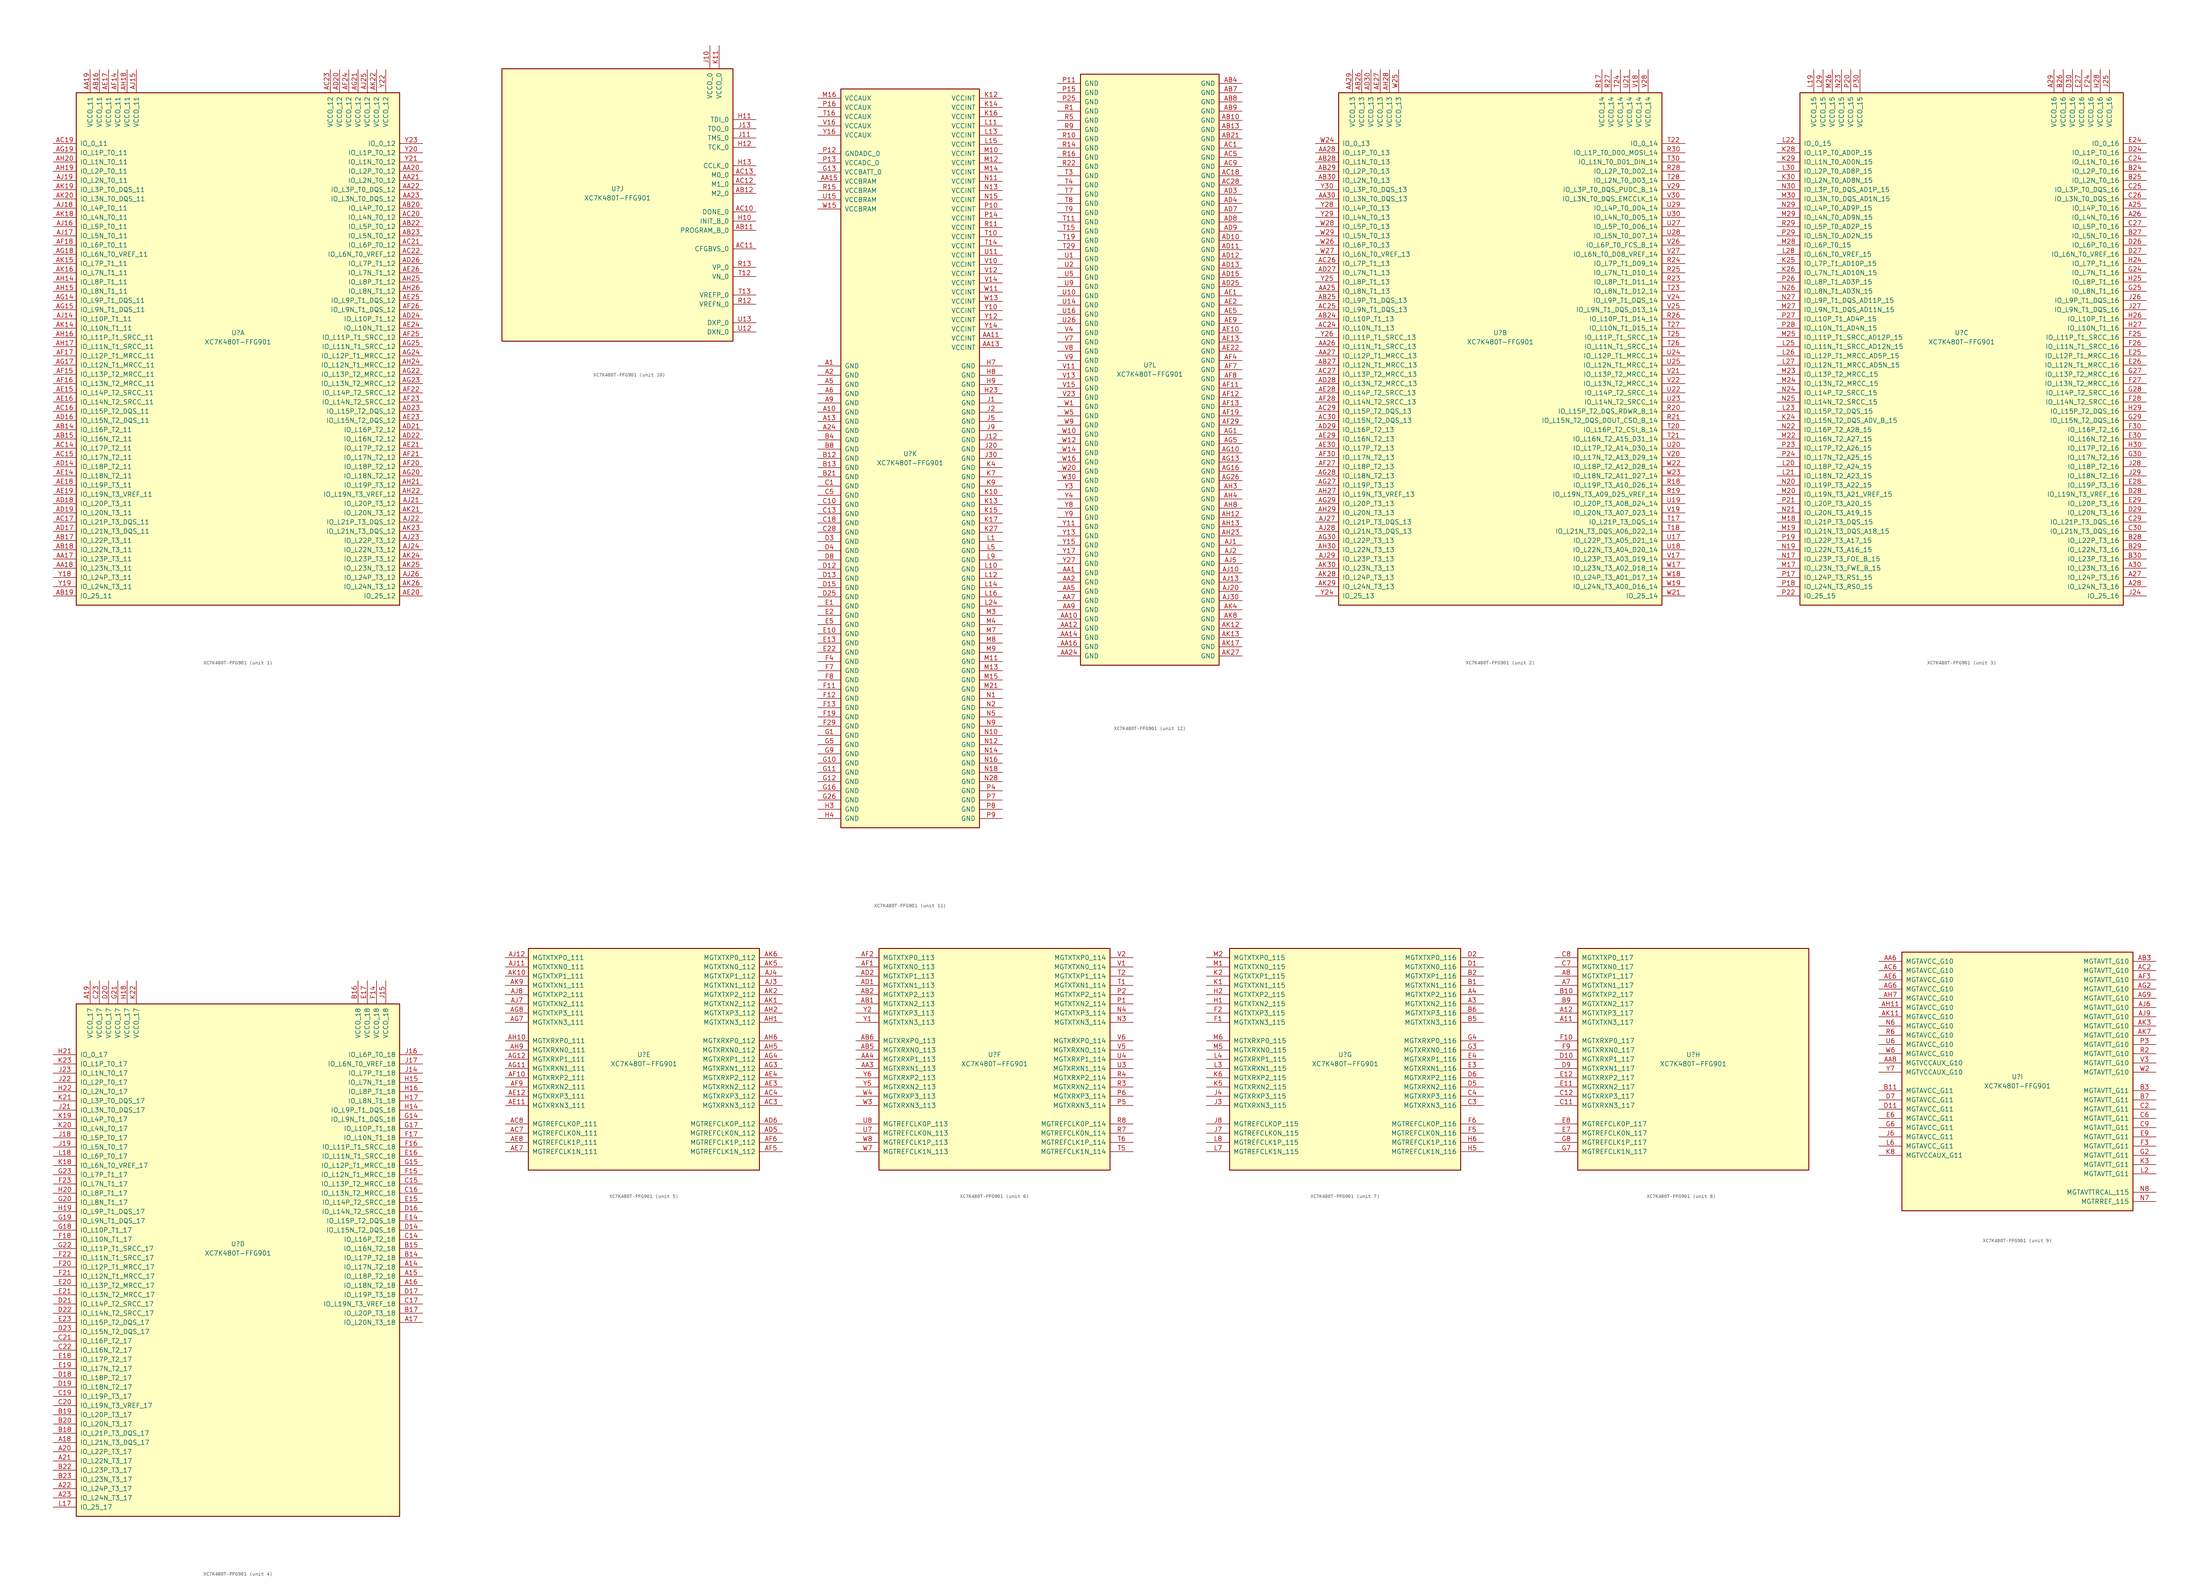
<source format=kicad_sym>
(kicad_symbol_lib
  (version 20220914)
  (generator kicad_symbol_editor)
  (symbol "XC7K480T-FFG901"
    (pin_names
      (offset 1.016))
    (property "Reference" "U"
      (at 0 1.27 0)
      (effects (font (size 1.27 1.27))))
    (property "Value" "XC7K480T-FFG901"
      (at 0 -1.27 0)
      (effects (font (size 1.27 1.27))))
    (property "Datasheet" ""
      (at 0 0 0)
      (effects (font (size 1.27 1.27))))
    (property "ki_locked" ""
      (at 0 0 0)
      (effects (font (size 1.27 1.27))))
    (symbol "XC7K480T-FFG901_1_1"
      (rectangle (start -44.45 67.31) (end 44.45 -73.66) (stroke (width 0.254) (type default)) (fill (type background)))
      (pin bidirectional line (at -50.8 -60.96 0) (length 6.35) (name "IO_L23P_T3_11" (effects (font (size 1.27 1.27)))) (number "AA17" (effects (font (size 1.27 1.27)))))
      (pin bidirectional line (at -50.8 -63.5 0) (length 6.35) (name "IO_L23N_T3_11" (effects (font (size 1.27 1.27)))) (number "AA18" (effects (font (size 1.27 1.27)))))
      (pin power_in line (at -40.64 73.66 270) (length 6.35) (name "VCCO_11" (effects (font (size 1.27 1.27)))) (number "AA19" (effects (font (size 1.27 1.27)))))
      (pin bidirectional line (at 50.8 45.72 180) (length 6.35) (name "IO_L2P_T0_12" (effects (font (size 1.27 1.27)))) (number "AA20" (effects (font (size 1.27 1.27)))))
      (pin bidirectional line (at 50.8 43.18 180) (length 6.35) (name "IO_L2N_T0_12" (effects (font (size 1.27 1.27)))) (number "AA21" (effects (font (size 1.27 1.27)))))
      (pin bidirectional line (at 50.8 40.64 180) (length 6.35) (name "IO_L3P_T0_DQS_12" (effects (font (size 1.27 1.27)))) (number "AA22" (effects (font (size 1.27 1.27)))))
      (pin bidirectional line (at 50.8 38.1 180) (length 6.35) (name "IO_L3N_T0_DQS_12" (effects (font (size 1.27 1.27)))) (number "AA23" (effects (font (size 1.27 1.27)))))
      (pin bidirectional line (at -50.8 -25.4 0) (length 6.35) (name "IO_L16P_T2_11" (effects (font (size 1.27 1.27)))) (number "AB14" (effects (font (size 1.27 1.27)))))
      (pin bidirectional line (at -50.8 -27.94 0) (length 6.35) (name "IO_L16N_T2_11" (effects (font (size 1.27 1.27)))) (number "AB15" (effects (font (size 1.27 1.27)))))
      (pin power_in line (at -38.1 73.66 270) (length 6.35) (name "VCCO_11" (effects (font (size 1.27 1.27)))) (number "AB16" (effects (font (size 1.27 1.27)))))
      (pin bidirectional line (at -50.8 -55.88 0) (length 6.35) (name "IO_L22P_T3_11" (effects (font (size 1.27 1.27)))) (number "AB17" (effects (font (size 1.27 1.27)))))
      (pin bidirectional line (at -50.8 -58.42 0) (length 6.35) (name "IO_L22N_T3_11" (effects (font (size 1.27 1.27)))) (number "AB18" (effects (font (size 1.27 1.27)))))
      (pin bidirectional line (at -50.8 -71.12 0) (length 6.35) (name "IO_25_11" (effects (font (size 1.27 1.27)))) (number "AB19" (effects (font (size 1.27 1.27)))))
      (pin bidirectional line (at 50.8 35.56 180) (length 6.35) (name "IO_L4P_T0_12" (effects (font (size 1.27 1.27)))) (number "AB20" (effects (font (size 1.27 1.27)))))
      (pin bidirectional line (at 50.8 30.48 180) (length 6.35) (name "IO_L5P_T0_12" (effects (font (size 1.27 1.27)))) (number "AB22" (effects (font (size 1.27 1.27)))))
      (pin bidirectional line (at 50.8 27.94 180) (length 6.35) (name "IO_L5N_T0_12" (effects (font (size 1.27 1.27)))) (number "AB23" (effects (font (size 1.27 1.27)))))
      (pin bidirectional line (at -50.8 -30.48 0) (length 6.35) (name "IO_L17P_T2_11" (effects (font (size 1.27 1.27)))) (number "AC14" (effects (font (size 1.27 1.27)))))
      (pin bidirectional line (at -50.8 -33.02 0) (length 6.35) (name "IO_L17N_T2_11" (effects (font (size 1.27 1.27)))) (number "AC15" (effects (font (size 1.27 1.27)))))
      (pin bidirectional line (at -50.8 -20.32 0) (length 6.35) (name "IO_L15P_T2_DQS_11" (effects (font (size 1.27 1.27)))) (number "AC16" (effects (font (size 1.27 1.27)))))
      (pin bidirectional line (at -50.8 -50.8 0) (length 6.35) (name "IO_L21P_T3_DQS_11" (effects (font (size 1.27 1.27)))) (number "AC17" (effects (font (size 1.27 1.27)))))
      (pin bidirectional line (at -50.8 53.34 0) (length 6.35) (name "IO_0_11" (effects (font (size 1.27 1.27)))) (number "AC19" (effects (font (size 1.27 1.27)))))
      (pin bidirectional line (at 50.8 33.02 180) (length 6.35) (name "IO_L4N_T0_12" (effects (font (size 1.27 1.27)))) (number "AC20" (effects (font (size 1.27 1.27)))))
      (pin bidirectional line (at 50.8 25.4 180) (length 6.35) (name "IO_L6P_T0_12" (effects (font (size 1.27 1.27)))) (number "AC21" (effects (font (size 1.27 1.27)))))
      (pin bidirectional line (at 50.8 22.86 180) (length 6.35) (name "IO_L6N_T0_VREF_12" (effects (font (size 1.27 1.27)))) (number "AC22" (effects (font (size 1.27 1.27)))))
      (pin power_in line (at 25.4 73.66 270) (length 6.35) (name "VCCO_12" (effects (font (size 1.27 1.27)))) (number "AC23" (effects (font (size 1.27 1.27)))))
      (pin bidirectional line (at -50.8 -35.56 0) (length 6.35) (name "IO_L18P_T2_11" (effects (font (size 1.27 1.27)))) (number "AD14" (effects (font (size 1.27 1.27)))))
      (pin bidirectional line (at -50.8 -22.86 0) (length 6.35) (name "IO_L15N_T2_DQS_11" (effects (font (size 1.27 1.27)))) (number "AD16" (effects (font (size 1.27 1.27)))))
      (pin bidirectional line (at -50.8 -53.34 0) (length 6.35) (name "IO_L21N_T3_DQS_11" (effects (font (size 1.27 1.27)))) (number "AD17" (effects (font (size 1.27 1.27)))))
      (pin bidirectional line (at -50.8 -45.72 0) (length 6.35) (name "IO_L20P_T3_11" (effects (font (size 1.27 1.27)))) (number "AD18" (effects (font (size 1.27 1.27)))))
      (pin bidirectional line (at -50.8 -48.26 0) (length 6.35) (name "IO_L20N_T3_11" (effects (font (size 1.27 1.27)))) (number "AD19" (effects (font (size 1.27 1.27)))))
      (pin power_in line (at 27.94 73.66 270) (length 6.35) (name "VCCO_12" (effects (font (size 1.27 1.27)))) (number "AD20" (effects (font (size 1.27 1.27)))))
      (pin bidirectional line (at 50.8 -25.4 180) (length 6.35) (name "IO_L16P_T2_12" (effects (font (size 1.27 1.27)))) (number "AD21" (effects (font (size 1.27 1.27)))))
      (pin bidirectional line (at 50.8 -27.94 180) (length 6.35) (name "IO_L16N_T2_12" (effects (font (size 1.27 1.27)))) (number "AD22" (effects (font (size 1.27 1.27)))))
      (pin bidirectional line (at 50.8 -20.32 180) (length 6.35) (name "IO_L15P_T2_DQS_12" (effects (font (size 1.27 1.27)))) (number "AD23" (effects (font (size 1.27 1.27)))))
      (pin bidirectional line (at 50.8 5.08 180) (length 6.35) (name "IO_L10P_T1_12" (effects (font (size 1.27 1.27)))) (number "AD24" (effects (font (size 1.27 1.27)))))
      (pin bidirectional line (at 50.8 20.32 180) (length 6.35) (name "IO_L7P_T1_12" (effects (font (size 1.27 1.27)))) (number "AD26" (effects (font (size 1.27 1.27)))))
      (pin bidirectional line (at -50.8 -38.1 0) (length 6.35) (name "IO_L18N_T2_11" (effects (font (size 1.27 1.27)))) (number "AE14" (effects (font (size 1.27 1.27)))))
      (pin bidirectional line (at -50.8 -15.24 0) (length 6.35) (name "IO_L14P_T2_SRCC_11" (effects (font (size 1.27 1.27)))) (number "AE15" (effects (font (size 1.27 1.27)))))
      (pin bidirectional line (at -50.8 -17.78 0) (length 6.35) (name "IO_L14N_T2_SRCC_11" (effects (font (size 1.27 1.27)))) (number "AE16" (effects (font (size 1.27 1.27)))))
      (pin power_in line (at -35.56 73.66 270) (length 6.35) (name "VCCO_11" (effects (font (size 1.27 1.27)))) (number "AE17" (effects (font (size 1.27 1.27)))))
      (pin bidirectional line (at -50.8 -40.64 0) (length 6.35) (name "IO_L19P_T3_11" (effects (font (size 1.27 1.27)))) (number "AE18" (effects (font (size 1.27 1.27)))))
      (pin bidirectional line (at -50.8 -43.18 0) (length 6.35) (name "IO_L19N_T3_VREF_11" (effects (font (size 1.27 1.27)))) (number "AE19" (effects (font (size 1.27 1.27)))))
      (pin bidirectional line (at 50.8 -71.12 180) (length 6.35) (name "IO_25_12" (effects (font (size 1.27 1.27)))) (number "AE20" (effects (font (size 1.27 1.27)))))
      (pin bidirectional line (at 50.8 -30.48 180) (length 6.35) (name "IO_L17P_T2_12" (effects (font (size 1.27 1.27)))) (number "AE21" (effects (font (size 1.27 1.27)))))
      (pin bidirectional line (at 50.8 -22.86 180) (length 6.35) (name "IO_L15N_T2_DQS_12" (effects (font (size 1.27 1.27)))) (number "AE23" (effects (font (size 1.27 1.27)))))
      (pin bidirectional line (at 50.8 2.54 180) (length 6.35) (name "IO_L10N_T1_12" (effects (font (size 1.27 1.27)))) (number "AE24" (effects (font (size 1.27 1.27)))))
      (pin bidirectional line (at 50.8 10.16 180) (length 6.35) (name "IO_L9P_T1_DQS_12" (effects (font (size 1.27 1.27)))) (number "AE25" (effects (font (size 1.27 1.27)))))
      (pin bidirectional line (at 50.8 17.78 180) (length 6.35) (name "IO_L7N_T1_12" (effects (font (size 1.27 1.27)))) (number "AE26" (effects (font (size 1.27 1.27)))))
      (pin power_in line (at -33.02 73.66 270) (length 6.35) (name "VCCO_11" (effects (font (size 1.27 1.27)))) (number "AF14" (effects (font (size 1.27 1.27)))))
      (pin bidirectional line (at -50.8 -10.16 0) (length 6.35) (name "IO_L13P_T2_MRCC_11" (effects (font (size 1.27 1.27)))) (number "AF15" (effects (font (size 1.27 1.27)))))
      (pin bidirectional line (at -50.8 -12.7 0) (length 6.35) (name "IO_L13N_T2_MRCC_11" (effects (font (size 1.27 1.27)))) (number "AF16" (effects (font (size 1.27 1.27)))))
      (pin bidirectional line (at -50.8 -5.08 0) (length 6.35) (name "IO_L12P_T1_MRCC_11" (effects (font (size 1.27 1.27)))) (number "AF17" (effects (font (size 1.27 1.27)))))
      (pin bidirectional line (at -50.8 25.4 0) (length 6.35) (name "IO_L6P_T0_11" (effects (font (size 1.27 1.27)))) (number "AF18" (effects (font (size 1.27 1.27)))))
      (pin bidirectional line (at 50.8 -35.56 180) (length 6.35) (name "IO_L18P_T2_12" (effects (font (size 1.27 1.27)))) (number "AF20" (effects (font (size 1.27 1.27)))))
      (pin bidirectional line (at 50.8 -33.02 180) (length 6.35) (name "IO_L17N_T2_12" (effects (font (size 1.27 1.27)))) (number "AF21" (effects (font (size 1.27 1.27)))))
      (pin bidirectional line (at 50.8 -15.24 180) (length 6.35) (name "IO_L14P_T2_SRCC_12" (effects (font (size 1.27 1.27)))) (number "AF22" (effects (font (size 1.27 1.27)))))
      (pin bidirectional line (at 50.8 -17.78 180) (length 6.35) (name "IO_L14N_T2_SRCC_12" (effects (font (size 1.27 1.27)))) (number "AF23" (effects (font (size 1.27 1.27)))))
      (pin power_in line (at 30.48 73.66 270) (length 6.35) (name "VCCO_12" (effects (font (size 1.27 1.27)))) (number "AF24" (effects (font (size 1.27 1.27)))))
      (pin bidirectional line (at 50.8 0 180) (length 6.35) (name "IO_L11P_T1_SRCC_12" (effects (font (size 1.27 1.27)))) (number "AF25" (effects (font (size 1.27 1.27)))))
      (pin bidirectional line (at 50.8 7.62 180) (length 6.35) (name "IO_L9N_T1_DQS_12" (effects (font (size 1.27 1.27)))) (number "AF26" (effects (font (size 1.27 1.27)))))
      (pin bidirectional line (at -50.8 10.16 0) (length 6.35) (name "IO_L9P_T1_DQS_11" (effects (font (size 1.27 1.27)))) (number "AG14" (effects (font (size 1.27 1.27)))))
      (pin bidirectional line (at -50.8 7.62 0) (length 6.35) (name "IO_L9N_T1_DQS_11" (effects (font (size 1.27 1.27)))) (number "AG15" (effects (font (size 1.27 1.27)))))
      (pin bidirectional line (at -50.8 -7.62 0) (length 6.35) (name "IO_L12N_T1_MRCC_11" (effects (font (size 1.27 1.27)))) (number "AG17" (effects (font (size 1.27 1.27)))))
      (pin bidirectional line (at -50.8 22.86 0) (length 6.35) (name "IO_L6N_T0_VREF_11" (effects (font (size 1.27 1.27)))) (number "AG18" (effects (font (size 1.27 1.27)))))
      (pin bidirectional line (at -50.8 50.8 0) (length 6.35) (name "IO_L1P_T0_11" (effects (font (size 1.27 1.27)))) (number "AG19" (effects (font (size 1.27 1.27)))))
      (pin bidirectional line (at 50.8 -38.1 180) (length 6.35) (name "IO_L18N_T2_12" (effects (font (size 1.27 1.27)))) (number "AG20" (effects (font (size 1.27 1.27)))))
      (pin power_in line (at 33.02 73.66 270) (length 6.35) (name "VCCO_12" (effects (font (size 1.27 1.27)))) (number "AG21" (effects (font (size 1.27 1.27)))))
      (pin bidirectional line (at 50.8 -10.16 180) (length 6.35) (name "IO_L13P_T2_MRCC_12" (effects (font (size 1.27 1.27)))) (number "AG22" (effects (font (size 1.27 1.27)))))
      (pin bidirectional line (at 50.8 -12.7 180) (length 6.35) (name "IO_L13N_T2_MRCC_12" (effects (font (size 1.27 1.27)))) (number "AG23" (effects (font (size 1.27 1.27)))))
      (pin bidirectional line (at 50.8 -5.08 180) (length 6.35) (name "IO_L12P_T1_MRCC_12" (effects (font (size 1.27 1.27)))) (number "AG24" (effects (font (size 1.27 1.27)))))
      (pin bidirectional line (at 50.8 -2.54 180) (length 6.35) (name "IO_L11N_T1_SRCC_12" (effects (font (size 1.27 1.27)))) (number "AG25" (effects (font (size 1.27 1.27)))))
      (pin bidirectional line (at -50.8 15.24 0) (length 6.35) (name "IO_L8P_T1_11" (effects (font (size 1.27 1.27)))) (number "AH14" (effects (font (size 1.27 1.27)))))
      (pin bidirectional line (at -50.8 12.7 0) (length 6.35) (name "IO_L8N_T1_11" (effects (font (size 1.27 1.27)))) (number "AH15" (effects (font (size 1.27 1.27)))))
      (pin bidirectional line (at -50.8 0 0) (length 6.35) (name "IO_L11P_T1_SRCC_11" (effects (font (size 1.27 1.27)))) (number "AH16" (effects (font (size 1.27 1.27)))))
      (pin bidirectional line (at -50.8 -2.54 0) (length 6.35) (name "IO_L11N_T1_SRCC_11" (effects (font (size 1.27 1.27)))) (number "AH17" (effects (font (size 1.27 1.27)))))
      (pin power_in line (at -30.48 73.66 270) (length 6.35) (name "VCCO_11" (effects (font (size 1.27 1.27)))) (number "AH18" (effects (font (size 1.27 1.27)))))
      (pin bidirectional line (at -50.8 45.72 0) (length 6.35) (name "IO_L2P_T0_11" (effects (font (size 1.27 1.27)))) (number "AH19" (effects (font (size 1.27 1.27)))))
      (pin bidirectional line (at -50.8 48.26 0) (length 6.35) (name "IO_L1N_T0_11" (effects (font (size 1.27 1.27)))) (number "AH20" (effects (font (size 1.27 1.27)))))
      (pin bidirectional line (at 50.8 -40.64 180) (length 6.35) (name "IO_L19P_T3_12" (effects (font (size 1.27 1.27)))) (number "AH21" (effects (font (size 1.27 1.27)))))
      (pin bidirectional line (at 50.8 -43.18 180) (length 6.35) (name "IO_L19N_T3_VREF_12" (effects (font (size 1.27 1.27)))) (number "AH22" (effects (font (size 1.27 1.27)))))
      (pin bidirectional line (at 50.8 -7.62 180) (length 6.35) (name "IO_L12N_T1_MRCC_12" (effects (font (size 1.27 1.27)))) (number "AH24" (effects (font (size 1.27 1.27)))))
      (pin bidirectional line (at 50.8 15.24 180) (length 6.35) (name "IO_L8P_T1_12" (effects (font (size 1.27 1.27)))) (number "AH25" (effects (font (size 1.27 1.27)))))
      (pin bidirectional line (at 50.8 12.7 180) (length 6.35) (name "IO_L8N_T1_12" (effects (font (size 1.27 1.27)))) (number "AH26" (effects (font (size 1.27 1.27)))))
      (pin bidirectional line (at -50.8 5.08 0) (length 6.35) (name "IO_L10P_T1_11" (effects (font (size 1.27 1.27)))) (number "AJ14" (effects (font (size 1.27 1.27)))))
      (pin power_in line (at -27.94 73.66 270) (length 6.35) (name "VCCO_11" (effects (font (size 1.27 1.27)))) (number "AJ15" (effects (font (size 1.27 1.27)))))
      (pin bidirectional line (at -50.8 30.48 0) (length 6.35) (name "IO_L5P_T0_11" (effects (font (size 1.27 1.27)))) (number "AJ16" (effects (font (size 1.27 1.27)))))
      (pin bidirectional line (at -50.8 27.94 0) (length 6.35) (name "IO_L5N_T0_11" (effects (font (size 1.27 1.27)))) (number "AJ17" (effects (font (size 1.27 1.27)))))
      (pin bidirectional line (at -50.8 35.56 0) (length 6.35) (name "IO_L4P_T0_11" (effects (font (size 1.27 1.27)))) (number "AJ18" (effects (font (size 1.27 1.27)))))
      (pin bidirectional line (at -50.8 43.18 0) (length 6.35) (name "IO_L2N_T0_11" (effects (font (size 1.27 1.27)))) (number "AJ19" (effects (font (size 1.27 1.27)))))
      (pin bidirectional line (at 50.8 -45.72 180) (length 6.35) (name "IO_L20P_T3_12" (effects (font (size 1.27 1.27)))) (number "AJ21" (effects (font (size 1.27 1.27)))))
      (pin bidirectional line (at 50.8 -50.8 180) (length 6.35) (name "IO_L21P_T3_DQS_12" (effects (font (size 1.27 1.27)))) (number "AJ22" (effects (font (size 1.27 1.27)))))
      (pin bidirectional line (at 50.8 -55.88 180) (length 6.35) (name "IO_L22P_T3_12" (effects (font (size 1.27 1.27)))) (number "AJ23" (effects (font (size 1.27 1.27)))))
      (pin bidirectional line (at 50.8 -58.42 180) (length 6.35) (name "IO_L22N_T3_12" (effects (font (size 1.27 1.27)))) (number "AJ24" (effects (font (size 1.27 1.27)))))
      (pin power_in line (at 35.56 73.66 270) (length 6.35) (name "VCCO_12" (effects (font (size 1.27 1.27)))) (number "AJ25" (effects (font (size 1.27 1.27)))))
      (pin bidirectional line (at 50.8 -66.04 180) (length 6.35) (name "IO_L24P_T3_12" (effects (font (size 1.27 1.27)))) (number "AJ26" (effects (font (size 1.27 1.27)))))
      (pin bidirectional line (at -50.8 2.54 0) (length 6.35) (name "IO_L10N_T1_11" (effects (font (size 1.27 1.27)))) (number "AK14" (effects (font (size 1.27 1.27)))))
      (pin bidirectional line (at -50.8 20.32 0) (length 6.35) (name "IO_L7P_T1_11" (effects (font (size 1.27 1.27)))) (number "AK15" (effects (font (size 1.27 1.27)))))
      (pin bidirectional line (at -50.8 17.78 0) (length 6.35) (name "IO_L7N_T1_11" (effects (font (size 1.27 1.27)))) (number "AK16" (effects (font (size 1.27 1.27)))))
      (pin bidirectional line (at -50.8 33.02 0) (length 6.35) (name "IO_L4N_T0_11" (effects (font (size 1.27 1.27)))) (number "AK18" (effects (font (size 1.27 1.27)))))
      (pin bidirectional line (at -50.8 40.64 0) (length 6.35) (name "IO_L3P_T0_DQS_11" (effects (font (size 1.27 1.27)))) (number "AK19" (effects (font (size 1.27 1.27)))))
      (pin bidirectional line (at -50.8 38.1 0) (length 6.35) (name "IO_L3N_T0_DQS_11" (effects (font (size 1.27 1.27)))) (number "AK20" (effects (font (size 1.27 1.27)))))
      (pin bidirectional line (at 50.8 -48.26 180) (length 6.35) (name "IO_L20N_T3_12" (effects (font (size 1.27 1.27)))) (number "AK21" (effects (font (size 1.27 1.27)))))
      (pin power_in line (at 38.1 73.66 270) (length 6.35) (name "VCCO_12" (effects (font (size 1.27 1.27)))) (number "AK22" (effects (font (size 1.27 1.27)))))
      (pin bidirectional line (at 50.8 -53.34 180) (length 6.35) (name "IO_L21N_T3_DQS_12" (effects (font (size 1.27 1.27)))) (number "AK23" (effects (font (size 1.27 1.27)))))
      (pin bidirectional line (at 50.8 -60.96 180) (length 6.35) (name "IO_L23P_T3_12" (effects (font (size 1.27 1.27)))) (number "AK24" (effects (font (size 1.27 1.27)))))
      (pin bidirectional line (at 50.8 -63.5 180) (length 6.35) (name "IO_L23N_T3_12" (effects (font (size 1.27 1.27)))) (number "AK25" (effects (font (size 1.27 1.27)))))
      (pin bidirectional line (at 50.8 -68.58 180) (length 6.35) (name "IO_L24N_T3_12" (effects (font (size 1.27 1.27)))) (number "AK26" (effects (font (size 1.27 1.27)))))
      (pin bidirectional line (at -50.8 -66.04 0) (length 6.35) (name "IO_L24P_T3_11" (effects (font (size 1.27 1.27)))) (number "Y18" (effects (font (size 1.27 1.27)))))
      (pin bidirectional line (at -50.8 -68.58 0) (length 6.35) (name "IO_L24N_T3_11" (effects (font (size 1.27 1.27)))) (number "Y19" (effects (font (size 1.27 1.27)))))
      (pin bidirectional line (at 50.8 50.8 180) (length 6.35) (name "IO_L1P_T0_12" (effects (font (size 1.27 1.27)))) (number "Y20" (effects (font (size 1.27 1.27)))))
      (pin bidirectional line (at 50.8 48.26 180) (length 6.35) (name "IO_L1N_T0_12" (effects (font (size 1.27 1.27)))) (number "Y21" (effects (font (size 1.27 1.27)))))
      (pin power_in line (at 40.64 73.66 270) (length 6.35) (name "VCCO_12" (effects (font (size 1.27 1.27)))) (number "Y22" (effects (font (size 1.27 1.27)))))
      (pin bidirectional line (at 50.8 53.34 180) (length 6.35) (name "IO_0_12" (effects (font (size 1.27 1.27)))) (number "Y23" (effects (font (size 1.27 1.27))))))
    (symbol "XC7K480T-FFG901_2_1"
      (rectangle (start -44.45 67.31) (end 44.45 -73.66) (stroke (width 0.254) (type default)) (fill (type background)))
      (pin bidirectional line (at -50.8 12.7 0) (length 6.35) (name "IO_L8N_T1_13" (effects (font (size 1.27 1.27)))) (number "AA25" (effects (font (size 1.27 1.27)))))
      (pin bidirectional line (at -50.8 -2.54 0) (length 6.35) (name "IO_L11N_T1_SRCC_13" (effects (font (size 1.27 1.27)))) (number "AA26" (effects (font (size 1.27 1.27)))))
      (pin bidirectional line (at -50.8 -5.08 0) (length 6.35) (name "IO_L12P_T1_MRCC_13" (effects (font (size 1.27 1.27)))) (number "AA27" (effects (font (size 1.27 1.27)))))
      (pin bidirectional line (at -50.8 50.8 0) (length 6.35) (name "IO_L1P_T0_13" (effects (font (size 1.27 1.27)))) (number "AA28" (effects (font (size 1.27 1.27)))))
      (pin power_in line (at -40.64 73.66 270) (length 6.35) (name "VCCO_13" (effects (font (size 1.27 1.27)))) (number "AA29" (effects (font (size 1.27 1.27)))))
      (pin bidirectional line (at -50.8 38.1 0) (length 6.35) (name "IO_L3N_T0_DQS_13" (effects (font (size 1.27 1.27)))) (number "AA30" (effects (font (size 1.27 1.27)))))
      (pin bidirectional line (at -50.8 5.08 0) (length 6.35) (name "IO_L10P_T1_13" (effects (font (size 1.27 1.27)))) (number "AB24" (effects (font (size 1.27 1.27)))))
      (pin bidirectional line (at -50.8 10.16 0) (length 6.35) (name "IO_L9P_T1_DQS_13" (effects (font (size 1.27 1.27)))) (number "AB25" (effects (font (size 1.27 1.27)))))
      (pin power_in line (at -38.1 73.66 270) (length 6.35) (name "VCCO_13" (effects (font (size 1.27 1.27)))) (number "AB26" (effects (font (size 1.27 1.27)))))
      (pin bidirectional line (at -50.8 -7.62 0) (length 6.35) (name "IO_L12N_T1_MRCC_13" (effects (font (size 1.27 1.27)))) (number "AB27" (effects (font (size 1.27 1.27)))))
      (pin bidirectional line (at -50.8 48.26 0) (length 6.35) (name "IO_L1N_T0_13" (effects (font (size 1.27 1.27)))) (number "AB28" (effects (font (size 1.27 1.27)))))
      (pin bidirectional line (at -50.8 45.72 0) (length 6.35) (name "IO_L2P_T0_13" (effects (font (size 1.27 1.27)))) (number "AB29" (effects (font (size 1.27 1.27)))))
      (pin bidirectional line (at -50.8 43.18 0) (length 6.35) (name "IO_L2N_T0_13" (effects (font (size 1.27 1.27)))) (number "AB30" (effects (font (size 1.27 1.27)))))
      (pin bidirectional line (at -50.8 2.54 0) (length 6.35) (name "IO_L10N_T1_13" (effects (font (size 1.27 1.27)))) (number "AC24" (effects (font (size 1.27 1.27)))))
      (pin bidirectional line (at -50.8 7.62 0) (length 6.35) (name "IO_L9N_T1_DQS_13" (effects (font (size 1.27 1.27)))) (number "AC25" (effects (font (size 1.27 1.27)))))
      (pin bidirectional line (at -50.8 20.32 0) (length 6.35) (name "IO_L7P_T1_13" (effects (font (size 1.27 1.27)))) (number "AC26" (effects (font (size 1.27 1.27)))))
      (pin bidirectional line (at -50.8 -10.16 0) (length 6.35) (name "IO_L13P_T2_MRCC_13" (effects (font (size 1.27 1.27)))) (number "AC27" (effects (font (size 1.27 1.27)))))
      (pin bidirectional line (at -50.8 -20.32 0) (length 6.35) (name "IO_L15P_T2_DQS_13" (effects (font (size 1.27 1.27)))) (number "AC29" (effects (font (size 1.27 1.27)))))
      (pin bidirectional line (at -50.8 -22.86 0) (length 6.35) (name "IO_L15N_T2_DQS_13" (effects (font (size 1.27 1.27)))) (number "AC30" (effects (font (size 1.27 1.27)))))
      (pin bidirectional line (at -50.8 17.78 0) (length 6.35) (name "IO_L7N_T1_13" (effects (font (size 1.27 1.27)))) (number "AD27" (effects (font (size 1.27 1.27)))))
      (pin bidirectional line (at -50.8 -12.7 0) (length 6.35) (name "IO_L13N_T2_MRCC_13" (effects (font (size 1.27 1.27)))) (number "AD28" (effects (font (size 1.27 1.27)))))
      (pin bidirectional line (at -50.8 -25.4 0) (length 6.35) (name "IO_L16P_T2_13" (effects (font (size 1.27 1.27)))) (number "AD29" (effects (font (size 1.27 1.27)))))
      (pin power_in line (at -35.56 73.66 270) (length 6.35) (name "VCCO_13" (effects (font (size 1.27 1.27)))) (number "AD30" (effects (font (size 1.27 1.27)))))
      (pin power_in line (at -33.02 73.66 270) (length 6.35) (name "VCCO_13" (effects (font (size 1.27 1.27)))) (number "AE27" (effects (font (size 1.27 1.27)))))
      (pin bidirectional line (at -50.8 -15.24 0) (length 6.35) (name "IO_L14P_T2_SRCC_13" (effects (font (size 1.27 1.27)))) (number "AE28" (effects (font (size 1.27 1.27)))))
      (pin bidirectional line (at -50.8 -27.94 0) (length 6.35) (name "IO_L16N_T2_13" (effects (font (size 1.27 1.27)))) (number "AE29" (effects (font (size 1.27 1.27)))))
      (pin bidirectional line (at -50.8 -30.48 0) (length 6.35) (name "IO_L17P_T2_13" (effects (font (size 1.27 1.27)))) (number "AE30" (effects (font (size 1.27 1.27)))))
      (pin bidirectional line (at -50.8 -35.56 0) (length 6.35) (name "IO_L18P_T2_13" (effects (font (size 1.27 1.27)))) (number "AF27" (effects (font (size 1.27 1.27)))))
      (pin bidirectional line (at -50.8 -17.78 0) (length 6.35) (name "IO_L14N_T2_SRCC_13" (effects (font (size 1.27 1.27)))) (number "AF28" (effects (font (size 1.27 1.27)))))
      (pin bidirectional line (at -50.8 -33.02 0) (length 6.35) (name "IO_L17N_T2_13" (effects (font (size 1.27 1.27)))) (number "AF30" (effects (font (size 1.27 1.27)))))
      (pin bidirectional line (at -50.8 -40.64 0) (length 6.35) (name "IO_L19P_T3_13" (effects (font (size 1.27 1.27)))) (number "AG27" (effects (font (size 1.27 1.27)))))
      (pin bidirectional line (at -50.8 -38.1 0) (length 6.35) (name "IO_L18N_T2_13" (effects (font (size 1.27 1.27)))) (number "AG28" (effects (font (size 1.27 1.27)))))
      (pin bidirectional line (at -50.8 -45.72 0) (length 6.35) (name "IO_L20P_T3_13" (effects (font (size 1.27 1.27)))) (number "AG29" (effects (font (size 1.27 1.27)))))
      (pin bidirectional line (at -50.8 -55.88 0) (length 6.35) (name "IO_L22P_T3_13" (effects (font (size 1.27 1.27)))) (number "AG30" (effects (font (size 1.27 1.27)))))
      (pin bidirectional line (at -50.8 -43.18 0) (length 6.35) (name "IO_L19N_T3_VREF_13" (effects (font (size 1.27 1.27)))) (number "AH27" (effects (font (size 1.27 1.27)))))
      (pin power_in line (at -30.48 73.66 270) (length 6.35) (name "VCCO_13" (effects (font (size 1.27 1.27)))) (number "AH28" (effects (font (size 1.27 1.27)))))
      (pin bidirectional line (at -50.8 -48.26 0) (length 6.35) (name "IO_L20N_T3_13" (effects (font (size 1.27 1.27)))) (number "AH29" (effects (font (size 1.27 1.27)))))
      (pin bidirectional line (at -50.8 -58.42 0) (length 6.35) (name "IO_L22N_T3_13" (effects (font (size 1.27 1.27)))) (number "AH30" (effects (font (size 1.27 1.27)))))
      (pin bidirectional line (at -50.8 -50.8 0) (length 6.35) (name "IO_L21P_T3_DQS_13" (effects (font (size 1.27 1.27)))) (number "AJ27" (effects (font (size 1.27 1.27)))))
      (pin bidirectional line (at -50.8 -53.34 0) (length 6.35) (name "IO_L21N_T3_DQS_13" (effects (font (size 1.27 1.27)))) (number "AJ28" (effects (font (size 1.27 1.27)))))
      (pin bidirectional line (at -50.8 -60.96 0) (length 6.35) (name "IO_L23P_T3_13" (effects (font (size 1.27 1.27)))) (number "AJ29" (effects (font (size 1.27 1.27)))))
      (pin bidirectional line (at -50.8 -66.04 0) (length 6.35) (name "IO_L24P_T3_13" (effects (font (size 1.27 1.27)))) (number "AK28" (effects (font (size 1.27 1.27)))))
      (pin bidirectional line (at -50.8 -68.58 0) (length 6.35) (name "IO_L24N_T3_13" (effects (font (size 1.27 1.27)))) (number "AK29" (effects (font (size 1.27 1.27)))))
      (pin bidirectional line (at -50.8 -63.5 0) (length 6.35) (name "IO_L23N_T3_13" (effects (font (size 1.27 1.27)))) (number "AK30" (effects (font (size 1.27 1.27)))))
      (pin power_in line (at 27.94 73.66 270) (length 6.35) (name "VCCO_14" (effects (font (size 1.27 1.27)))) (number "R17" (effects (font (size 1.27 1.27)))))
      (pin bidirectional line (at 50.8 -40.64 180) (length 6.35) (name "IO_L19P_T3_A10_D26_14" (effects (font (size 1.27 1.27)))) (number "R18" (effects (font (size 1.27 1.27)))))
      (pin bidirectional line (at 50.8 -43.18 180) (length 6.35) (name "IO_L19N_T3_A09_D25_VREF_14" (effects (font (size 1.27 1.27)))) (number "R19" (effects (font (size 1.27 1.27)))))
      (pin bidirectional line (at 50.8 -20.32 180) (length 6.35) (name "IO_L15P_T2_DQS_RDWR_B_14" (effects (font (size 1.27 1.27)))) (number "R20" (effects (font (size 1.27 1.27)))))
      (pin bidirectional line (at 50.8 -22.86 180) (length 6.35) (name "IO_L15N_T2_DQS_DOUT_CSO_B_14" (effects (font (size 1.27 1.27)))) (number "R21" (effects (font (size 1.27 1.27)))))
      (pin bidirectional line (at 50.8 15.24 180) (length 6.35) (name "IO_L8P_T1_D11_14" (effects (font (size 1.27 1.27)))) (number "R23" (effects (font (size 1.27 1.27)))))
      (pin bidirectional line (at 50.8 20.32 180) (length 6.35) (name "IO_L7P_T1_D09_14" (effects (font (size 1.27 1.27)))) (number "R24" (effects (font (size 1.27 1.27)))))
      (pin bidirectional line (at 50.8 17.78 180) (length 6.35) (name "IO_L7N_T1_D10_14" (effects (font (size 1.27 1.27)))) (number "R25" (effects (font (size 1.27 1.27)))))
      (pin bidirectional line (at 50.8 5.08 180) (length 6.35) (name "IO_L10P_T1_D14_14" (effects (font (size 1.27 1.27)))) (number "R26" (effects (font (size 1.27 1.27)))))
      (pin power_in line (at 30.48 73.66 270) (length 6.35) (name "VCCO_14" (effects (font (size 1.27 1.27)))) (number "R27" (effects (font (size 1.27 1.27)))))
      (pin bidirectional line (at 50.8 45.72 180) (length 6.35) (name "IO_L2P_T0_D02_14" (effects (font (size 1.27 1.27)))) (number "R28" (effects (font (size 1.27 1.27)))))
      (pin bidirectional line (at 50.8 50.8 180) (length 6.35) (name "IO_L1P_T0_D00_MOSI_14" (effects (font (size 1.27 1.27)))) (number "R30" (effects (font (size 1.27 1.27)))))
      (pin bidirectional line (at 50.8 -50.8 180) (length 6.35) (name "IO_L21P_T3_DQS_14" (effects (font (size 1.27 1.27)))) (number "T17" (effects (font (size 1.27 1.27)))))
      (pin bidirectional line (at 50.8 -53.34 180) (length 6.35) (name "IO_L21N_T3_DQS_A06_D22_14" (effects (font (size 1.27 1.27)))) (number "T18" (effects (font (size 1.27 1.27)))))
      (pin bidirectional line (at 50.8 -25.4 180) (length 6.35) (name "IO_L16P_T2_CSI_B_14" (effects (font (size 1.27 1.27)))) (number "T20" (effects (font (size 1.27 1.27)))))
      (pin bidirectional line (at 50.8 -27.94 180) (length 6.35) (name "IO_L16N_T2_A15_D31_14" (effects (font (size 1.27 1.27)))) (number "T21" (effects (font (size 1.27 1.27)))))
      (pin bidirectional line (at 50.8 53.34 180) (length 6.35) (name "IO_0_14" (effects (font (size 1.27 1.27)))) (number "T22" (effects (font (size 1.27 1.27)))))
      (pin bidirectional line (at 50.8 12.7 180) (length 6.35) (name "IO_L8N_T1_D12_14" (effects (font (size 1.27 1.27)))) (number "T23" (effects (font (size 1.27 1.27)))))
      (pin power_in line (at 33.02 73.66 270) (length 6.35) (name "VCCO_14" (effects (font (size 1.27 1.27)))) (number "T24" (effects (font (size 1.27 1.27)))))
      (pin bidirectional line (at 50.8 0 180) (length 6.35) (name "IO_L11P_T1_SRCC_14" (effects (font (size 1.27 1.27)))) (number "T25" (effects (font (size 1.27 1.27)))))
      (pin bidirectional line (at 50.8 -2.54 180) (length 6.35) (name "IO_L11N_T1_SRCC_14" (effects (font (size 1.27 1.27)))) (number "T26" (effects (font (size 1.27 1.27)))))
      (pin bidirectional line (at 50.8 2.54 180) (length 6.35) (name "IO_L10N_T1_D15_14" (effects (font (size 1.27 1.27)))) (number "T27" (effects (font (size 1.27 1.27)))))
      (pin bidirectional line (at 50.8 43.18 180) (length 6.35) (name "IO_L2N_T0_D03_14" (effects (font (size 1.27 1.27)))) (number "T28" (effects (font (size 1.27 1.27)))))
      (pin bidirectional line (at 50.8 48.26 180) (length 6.35) (name "IO_L1N_T0_D01_DIN_14" (effects (font (size 1.27 1.27)))) (number "T30" (effects (font (size 1.27 1.27)))))
      (pin bidirectional line (at 50.8 -55.88 180) (length 6.35) (name "IO_L22P_T3_A05_D21_14" (effects (font (size 1.27 1.27)))) (number "U17" (effects (font (size 1.27 1.27)))))
      (pin bidirectional line (at 50.8 -58.42 180) (length 6.35) (name "IO_L22N_T3_A04_D20_14" (effects (font (size 1.27 1.27)))) (number "U18" (effects (font (size 1.27 1.27)))))
      (pin bidirectional line (at 50.8 -45.72 180) (length 6.35) (name "IO_L20P_T3_A08_D24_14" (effects (font (size 1.27 1.27)))) (number "U19" (effects (font (size 1.27 1.27)))))
      (pin bidirectional line (at 50.8 -30.48 180) (length 6.35) (name "IO_L17P_T2_A14_D30_14" (effects (font (size 1.27 1.27)))) (number "U20" (effects (font (size 1.27 1.27)))))
      (pin power_in line (at 35.56 73.66 270) (length 6.35) (name "VCCO_14" (effects (font (size 1.27 1.27)))) (number "U21" (effects (font (size 1.27 1.27)))))
      (pin bidirectional line (at 50.8 -15.24 180) (length 6.35) (name "IO_L14P_T2_SRCC_14" (effects (font (size 1.27 1.27)))) (number "U22" (effects (font (size 1.27 1.27)))))
      (pin bidirectional line (at 50.8 -17.78 180) (length 6.35) (name "IO_L14N_T2_SRCC_14" (effects (font (size 1.27 1.27)))) (number "U23" (effects (font (size 1.27 1.27)))))
      (pin bidirectional line (at 50.8 -5.08 180) (length 6.35) (name "IO_L12P_T1_MRCC_14" (effects (font (size 1.27 1.27)))) (number "U24" (effects (font (size 1.27 1.27)))))
      (pin bidirectional line (at 50.8 -7.62 180) (length 6.35) (name "IO_L12N_T1_MRCC_14" (effects (font (size 1.27 1.27)))) (number "U25" (effects (font (size 1.27 1.27)))))
      (pin bidirectional line (at 50.8 30.48 180) (length 6.35) (name "IO_L5P_T0_D06_14" (effects (font (size 1.27 1.27)))) (number "U27" (effects (font (size 1.27 1.27)))))
      (pin bidirectional line (at 50.8 27.94 180) (length 6.35) (name "IO_L5N_T0_D07_14" (effects (font (size 1.27 1.27)))) (number "U28" (effects (font (size 1.27 1.27)))))
      (pin bidirectional line (at 50.8 35.56 180) (length 6.35) (name "IO_L4P_T0_D04_14" (effects (font (size 1.27 1.27)))) (number "U29" (effects (font (size 1.27 1.27)))))
      (pin bidirectional line (at 50.8 33.02 180) (length 6.35) (name "IO_L4N_T0_D05_14" (effects (font (size 1.27 1.27)))) (number "U30" (effects (font (size 1.27 1.27)))))
      (pin bidirectional line (at 50.8 -60.96 180) (length 6.35) (name "IO_L23P_T3_A03_D19_14" (effects (font (size 1.27 1.27)))) (number "V17" (effects (font (size 1.27 1.27)))))
      (pin power_in line (at 38.1 73.66 270) (length 6.35) (name "VCCO_14" (effects (font (size 1.27 1.27)))) (number "V18" (effects (font (size 1.27 1.27)))))
      (pin bidirectional line (at 50.8 -48.26 180) (length 6.35) (name "IO_L20N_T3_A07_D23_14" (effects (font (size 1.27 1.27)))) (number "V19" (effects (font (size 1.27 1.27)))))
      (pin bidirectional line (at 50.8 -33.02 180) (length 6.35) (name "IO_L17N_T2_A13_D29_14" (effects (font (size 1.27 1.27)))) (number "V20" (effects (font (size 1.27 1.27)))))
      (pin bidirectional line (at 50.8 -10.16 180) (length 6.35) (name "IO_L13P_T2_MRCC_14" (effects (font (size 1.27 1.27)))) (number "V21" (effects (font (size 1.27 1.27)))))
      (pin bidirectional line (at 50.8 -12.7 180) (length 6.35) (name "IO_L13N_T2_MRCC_14" (effects (font (size 1.27 1.27)))) (number "V22" (effects (font (size 1.27 1.27)))))
      (pin bidirectional line (at 50.8 10.16 180) (length 6.35) (name "IO_L9P_T1_DQS_14" (effects (font (size 1.27 1.27)))) (number "V24" (effects (font (size 1.27 1.27)))))
      (pin bidirectional line (at 50.8 7.62 180) (length 6.35) (name "IO_L9N_T1_DQS_D13_14" (effects (font (size 1.27 1.27)))) (number "V25" (effects (font (size 1.27 1.27)))))
      (pin bidirectional line (at 50.8 25.4 180) (length 6.35) (name "IO_L6P_T0_FCS_B_14" (effects (font (size 1.27 1.27)))) (number "V26" (effects (font (size 1.27 1.27)))))
      (pin bidirectional line (at 50.8 22.86 180) (length 6.35) (name "IO_L6N_T0_D08_VREF_14" (effects (font (size 1.27 1.27)))) (number "V27" (effects (font (size 1.27 1.27)))))
      (pin power_in line (at 40.64 73.66 270) (length 6.35) (name "VCCO_14" (effects (font (size 1.27 1.27)))) (number "V28" (effects (font (size 1.27 1.27)))))
      (pin bidirectional line (at 50.8 40.64 180) (length 6.35) (name "IO_L3P_T0_DQS_PUDC_B_14" (effects (font (size 1.27 1.27)))) (number "V29" (effects (font (size 1.27 1.27)))))
      (pin bidirectional line (at 50.8 38.1 180) (length 6.35) (name "IO_L3N_T0_DQS_EMCCLK_14" (effects (font (size 1.27 1.27)))) (number "V30" (effects (font (size 1.27 1.27)))))
      (pin bidirectional line (at 50.8 -63.5 180) (length 6.35) (name "IO_L23N_T3_A02_D18_14" (effects (font (size 1.27 1.27)))) (number "W17" (effects (font (size 1.27 1.27)))))
      (pin bidirectional line (at 50.8 -66.04 180) (length 6.35) (name "IO_L24P_T3_A01_D17_14" (effects (font (size 1.27 1.27)))) (number "W18" (effects (font (size 1.27 1.27)))))
      (pin bidirectional line (at 50.8 -68.58 180) (length 6.35) (name "IO_L24N_T3_A00_D16_14" (effects (font (size 1.27 1.27)))) (number "W19" (effects (font (size 1.27 1.27)))))
      (pin bidirectional line (at 50.8 -71.12 180) (length 6.35) (name "IO_25_14" (effects (font (size 1.27 1.27)))) (number "W21" (effects (font (size 1.27 1.27)))))
      (pin bidirectional line (at 50.8 -35.56 180) (length 6.35) (name "IO_L18P_T2_A12_D28_14" (effects (font (size 1.27 1.27)))) (number "W22" (effects (font (size 1.27 1.27)))))
      (pin bidirectional line (at 50.8 -38.1 180) (length 6.35) (name "IO_L18N_T2_A11_D27_14" (effects (font (size 1.27 1.27)))) (number "W23" (effects (font (size 1.27 1.27)))))
      (pin bidirectional line (at -50.8 53.34 0) (length 6.35) (name "IO_0_13" (effects (font (size 1.27 1.27)))) (number "W24" (effects (font (size 1.27 1.27)))))
      (pin power_in line (at -27.94 73.66 270) (length 6.35) (name "VCCO_13" (effects (font (size 1.27 1.27)))) (number "W25" (effects (font (size 1.27 1.27)))))
      (pin bidirectional line (at -50.8 25.4 0) (length 6.35) (name "IO_L6P_T0_13" (effects (font (size 1.27 1.27)))) (number "W26" (effects (font (size 1.27 1.27)))))
      (pin bidirectional line (at -50.8 22.86 0) (length 6.35) (name "IO_L6N_T0_VREF_13" (effects (font (size 1.27 1.27)))) (number "W27" (effects (font (size 1.27 1.27)))))
      (pin bidirectional line (at -50.8 30.48 0) (length 6.35) (name "IO_L5P_T0_13" (effects (font (size 1.27 1.27)))) (number "W28" (effects (font (size 1.27 1.27)))))
      (pin bidirectional line (at -50.8 27.94 0) (length 6.35) (name "IO_L5N_T0_13" (effects (font (size 1.27 1.27)))) (number "W29" (effects (font (size 1.27 1.27)))))
      (pin bidirectional line (at -50.8 -71.12 0) (length 6.35) (name "IO_25_13" (effects (font (size 1.27 1.27)))) (number "Y24" (effects (font (size 1.27 1.27)))))
      (pin bidirectional line (at -50.8 15.24 0) (length 6.35) (name "IO_L8P_T1_13" (effects (font (size 1.27 1.27)))) (number "Y25" (effects (font (size 1.27 1.27)))))
      (pin bidirectional line (at -50.8 0 0) (length 6.35) (name "IO_L11P_T1_SRCC_13" (effects (font (size 1.27 1.27)))) (number "Y26" (effects (font (size 1.27 1.27)))))
      (pin bidirectional line (at -50.8 35.56 0) (length 6.35) (name "IO_L4P_T0_13" (effects (font (size 1.27 1.27)))) (number "Y28" (effects (font (size 1.27 1.27)))))
      (pin bidirectional line (at -50.8 33.02 0) (length 6.35) (name "IO_L4N_T0_13" (effects (font (size 1.27 1.27)))) (number "Y29" (effects (font (size 1.27 1.27)))))
      (pin bidirectional line (at -50.8 40.64 0) (length 6.35) (name "IO_L3P_T0_DQS_13" (effects (font (size 1.27 1.27)))) (number "Y30" (effects (font (size 1.27 1.27))))))
    (symbol "XC7K480T-FFG901_3_1"
      (rectangle (start -44.45 67.31) (end 44.45 -73.66) (stroke (width 0.254) (type default)) (fill (type background)))
      (pin bidirectional line (at 50.8 35.56 180) (length 6.35) (name "IO_L4P_T0_16" (effects (font (size 1.27 1.27)))) (number "A25" (effects (font (size 1.27 1.27)))))
      (pin bidirectional line (at 50.8 33.02 180) (length 6.35) (name "IO_L4N_T0_16" (effects (font (size 1.27 1.27)))) (number "A26" (effects (font (size 1.27 1.27)))))
      (pin bidirectional line (at 50.8 -66.04 180) (length 6.35) (name "IO_L24P_T3_16" (effects (font (size 1.27 1.27)))) (number "A27" (effects (font (size 1.27 1.27)))))
      (pin bidirectional line (at 50.8 -68.58 180) (length 6.35) (name "IO_L24N_T3_16" (effects (font (size 1.27 1.27)))) (number "A28" (effects (font (size 1.27 1.27)))))
      (pin power_in line (at 25.4 73.66 270) (length 6.35) (name "VCCO_16" (effects (font (size 1.27 1.27)))) (number "A29" (effects (font (size 1.27 1.27)))))
      (pin bidirectional line (at 50.8 -63.5 180) (length 6.35) (name "IO_L23N_T3_16" (effects (font (size 1.27 1.27)))) (number "A30" (effects (font (size 1.27 1.27)))))
      (pin bidirectional line (at 50.8 45.72 180) (length 6.35) (name "IO_L2P_T0_16" (effects (font (size 1.27 1.27)))) (number "B24" (effects (font (size 1.27 1.27)))))
      (pin bidirectional line (at 50.8 43.18 180) (length 6.35) (name "IO_L2N_T0_16" (effects (font (size 1.27 1.27)))) (number "B25" (effects (font (size 1.27 1.27)))))
      (pin power_in line (at 27.94 73.66 270) (length 6.35) (name "VCCO_16" (effects (font (size 1.27 1.27)))) (number "B26" (effects (font (size 1.27 1.27)))))
      (pin bidirectional line (at 50.8 27.94 180) (length 6.35) (name "IO_L5N_T0_16" (effects (font (size 1.27 1.27)))) (number "B27" (effects (font (size 1.27 1.27)))))
      (pin bidirectional line (at 50.8 -55.88 180) (length 6.35) (name "IO_L22P_T3_16" (effects (font (size 1.27 1.27)))) (number "B28" (effects (font (size 1.27 1.27)))))
      (pin bidirectional line (at 50.8 -58.42 180) (length 6.35) (name "IO_L22N_T3_16" (effects (font (size 1.27 1.27)))) (number "B29" (effects (font (size 1.27 1.27)))))
      (pin bidirectional line (at 50.8 -60.96 180) (length 6.35) (name "IO_L23P_T3_16" (effects (font (size 1.27 1.27)))) (number "B30" (effects (font (size 1.27 1.27)))))
      (pin bidirectional line (at 50.8 48.26 180) (length 6.35) (name "IO_L1N_T0_16" (effects (font (size 1.27 1.27)))) (number "C24" (effects (font (size 1.27 1.27)))))
      (pin bidirectional line (at 50.8 40.64 180) (length 6.35) (name "IO_L3P_T0_DQS_16" (effects (font (size 1.27 1.27)))) (number "C25" (effects (font (size 1.27 1.27)))))
      (pin bidirectional line (at 50.8 38.1 180) (length 6.35) (name "IO_L3N_T0_DQS_16" (effects (font (size 1.27 1.27)))) (number "C26" (effects (font (size 1.27 1.27)))))
      (pin bidirectional line (at 50.8 30.48 180) (length 6.35) (name "IO_L5P_T0_16" (effects (font (size 1.27 1.27)))) (number "C27" (effects (font (size 1.27 1.27)))))
      (pin bidirectional line (at 50.8 -50.8 180) (length 6.35) (name "IO_L21P_T3_DQS_16" (effects (font (size 1.27 1.27)))) (number "C29" (effects (font (size 1.27 1.27)))))
      (pin bidirectional line (at 50.8 -53.34 180) (length 6.35) (name "IO_L21N_T3_DQS_16" (effects (font (size 1.27 1.27)))) (number "C30" (effects (font (size 1.27 1.27)))))
      (pin bidirectional line (at 50.8 50.8 180) (length 6.35) (name "IO_L1P_T0_16" (effects (font (size 1.27 1.27)))) (number "D24" (effects (font (size 1.27 1.27)))))
      (pin bidirectional line (at 50.8 25.4 180) (length 6.35) (name "IO_L6P_T0_16" (effects (font (size 1.27 1.27)))) (number "D26" (effects (font (size 1.27 1.27)))))
      (pin bidirectional line (at 50.8 22.86 180) (length 6.35) (name "IO_L6N_T0_VREF_16" (effects (font (size 1.27 1.27)))) (number "D27" (effects (font (size 1.27 1.27)))))
      (pin bidirectional line (at 50.8 -43.18 180) (length 6.35) (name "IO_L19N_T3_VREF_16" (effects (font (size 1.27 1.27)))) (number "D28" (effects (font (size 1.27 1.27)))))
      (pin bidirectional line (at 50.8 -48.26 180) (length 6.35) (name "IO_L20N_T3_16" (effects (font (size 1.27 1.27)))) (number "D29" (effects (font (size 1.27 1.27)))))
      (pin power_in line (at 30.48 73.66 270) (length 6.35) (name "VCCO_16" (effects (font (size 1.27 1.27)))) (number "D30" (effects (font (size 1.27 1.27)))))
      (pin bidirectional line (at 50.8 53.34 180) (length 6.35) (name "IO_0_16" (effects (font (size 1.27 1.27)))) (number "E24" (effects (font (size 1.27 1.27)))))
      (pin bidirectional line (at 50.8 -5.08 180) (length 6.35) (name "IO_L12P_T1_MRCC_16" (effects (font (size 1.27 1.27)))) (number "E25" (effects (font (size 1.27 1.27)))))
      (pin bidirectional line (at 50.8 -7.62 180) (length 6.35) (name "IO_L12N_T1_MRCC_16" (effects (font (size 1.27 1.27)))) (number "E26" (effects (font (size 1.27 1.27)))))
      (pin power_in line (at 33.02 73.66 270) (length 6.35) (name "VCCO_16" (effects (font (size 1.27 1.27)))) (number "E27" (effects (font (size 1.27 1.27)))))
      (pin bidirectional line (at 50.8 -40.64 180) (length 6.35) (name "IO_L19P_T3_16" (effects (font (size 1.27 1.27)))) (number "E28" (effects (font (size 1.27 1.27)))))
      (pin bidirectional line (at 50.8 -45.72 180) (length 6.35) (name "IO_L20P_T3_16" (effects (font (size 1.27 1.27)))) (number "E29" (effects (font (size 1.27 1.27)))))
      (pin bidirectional line (at 50.8 -27.94 180) (length 6.35) (name "IO_L16N_T2_16" (effects (font (size 1.27 1.27)))) (number "E30" (effects (font (size 1.27 1.27)))))
      (pin power_in line (at 35.56 73.66 270) (length 6.35) (name "VCCO_16" (effects (font (size 1.27 1.27)))) (number "F24" (effects (font (size 1.27 1.27)))))
      (pin bidirectional line (at 50.8 0 180) (length 6.35) (name "IO_L11P_T1_SRCC_16" (effects (font (size 1.27 1.27)))) (number "F25" (effects (font (size 1.27 1.27)))))
      (pin bidirectional line (at 50.8 -2.54 180) (length 6.35) (name "IO_L11N_T1_SRCC_16" (effects (font (size 1.27 1.27)))) (number "F26" (effects (font (size 1.27 1.27)))))
      (pin bidirectional line (at 50.8 -12.7 180) (length 6.35) (name "IO_L13N_T2_MRCC_16" (effects (font (size 1.27 1.27)))) (number "F27" (effects (font (size 1.27 1.27)))))
      (pin bidirectional line (at 50.8 -17.78 180) (length 6.35) (name "IO_L14N_T2_SRCC_16" (effects (font (size 1.27 1.27)))) (number "F28" (effects (font (size 1.27 1.27)))))
      (pin bidirectional line (at 50.8 -25.4 180) (length 6.35) (name "IO_L16P_T2_16" (effects (font (size 1.27 1.27)))) (number "F30" (effects (font (size 1.27 1.27)))))
      (pin bidirectional line (at 50.8 17.78 180) (length 6.35) (name "IO_L7N_T1_16" (effects (font (size 1.27 1.27)))) (number "G24" (effects (font (size 1.27 1.27)))))
      (pin bidirectional line (at 50.8 12.7 180) (length 6.35) (name "IO_L8N_T1_16" (effects (font (size 1.27 1.27)))) (number "G25" (effects (font (size 1.27 1.27)))))
      (pin bidirectional line (at 50.8 -10.16 180) (length 6.35) (name "IO_L13P_T2_MRCC_16" (effects (font (size 1.27 1.27)))) (number "G27" (effects (font (size 1.27 1.27)))))
      (pin bidirectional line (at 50.8 -15.24 180) (length 6.35) (name "IO_L14P_T2_SRCC_16" (effects (font (size 1.27 1.27)))) (number "G28" (effects (font (size 1.27 1.27)))))
      (pin bidirectional line (at 50.8 -22.86 180) (length 6.35) (name "IO_L15N_T2_DQS_16" (effects (font (size 1.27 1.27)))) (number "G29" (effects (font (size 1.27 1.27)))))
      (pin bidirectional line (at 50.8 -33.02 180) (length 6.35) (name "IO_L17N_T2_16" (effects (font (size 1.27 1.27)))) (number "G30" (effects (font (size 1.27 1.27)))))
      (pin bidirectional line (at 50.8 20.32 180) (length 6.35) (name "IO_L7P_T1_16" (effects (font (size 1.27 1.27)))) (number "H24" (effects (font (size 1.27 1.27)))))
      (pin bidirectional line (at 50.8 15.24 180) (length 6.35) (name "IO_L8P_T1_16" (effects (font (size 1.27 1.27)))) (number "H25" (effects (font (size 1.27 1.27)))))
      (pin bidirectional line (at 50.8 5.08 180) (length 6.35) (name "IO_L10P_T1_16" (effects (font (size 1.27 1.27)))) (number "H26" (effects (font (size 1.27 1.27)))))
      (pin bidirectional line (at 50.8 2.54 180) (length 6.35) (name "IO_L10N_T1_16" (effects (font (size 1.27 1.27)))) (number "H27" (effects (font (size 1.27 1.27)))))
      (pin power_in line (at 38.1 73.66 270) (length 6.35) (name "VCCO_16" (effects (font (size 1.27 1.27)))) (number "H28" (effects (font (size 1.27 1.27)))))
      (pin bidirectional line (at 50.8 -20.32 180) (length 6.35) (name "IO_L15P_T2_DQS_16" (effects (font (size 1.27 1.27)))) (number "H29" (effects (font (size 1.27 1.27)))))
      (pin bidirectional line (at 50.8 -30.48 180) (length 6.35) (name "IO_L17P_T2_16" (effects (font (size 1.27 1.27)))) (number "H30" (effects (font (size 1.27 1.27)))))
      (pin bidirectional line (at 50.8 -71.12 180) (length 6.35) (name "IO_25_16" (effects (font (size 1.27 1.27)))) (number "J24" (effects (font (size 1.27 1.27)))))
      (pin power_in line (at 40.64 73.66 270) (length 6.35) (name "VCCO_16" (effects (font (size 1.27 1.27)))) (number "J25" (effects (font (size 1.27 1.27)))))
      (pin bidirectional line (at 50.8 10.16 180) (length 6.35) (name "IO_L9P_T1_DQS_16" (effects (font (size 1.27 1.27)))) (number "J26" (effects (font (size 1.27 1.27)))))
      (pin bidirectional line (at 50.8 7.62 180) (length 6.35) (name "IO_L9N_T1_DQS_16" (effects (font (size 1.27 1.27)))) (number "J27" (effects (font (size 1.27 1.27)))))
      (pin bidirectional line (at 50.8 -35.56 180) (length 6.35) (name "IO_L18P_T2_16" (effects (font (size 1.27 1.27)))) (number "J28" (effects (font (size 1.27 1.27)))))
      (pin bidirectional line (at 50.8 -38.1 180) (length 6.35) (name "IO_L18N_T2_16" (effects (font (size 1.27 1.27)))) (number "J29" (effects (font (size 1.27 1.27)))))
      (pin bidirectional line (at -50.8 -22.86 0) (length 6.35) (name "IO_L15N_T2_DQS_ADV_B_15" (effects (font (size 1.27 1.27)))) (number "K24" (effects (font (size 1.27 1.27)))))
      (pin bidirectional line (at -50.8 20.32 0) (length 6.35) (name "IO_L7P_T1_AD10P_15" (effects (font (size 1.27 1.27)))) (number "K25" (effects (font (size 1.27 1.27)))))
      (pin bidirectional line (at -50.8 17.78 0) (length 6.35) (name "IO_L7N_T1_AD10N_15" (effects (font (size 1.27 1.27)))) (number "K26" (effects (font (size 1.27 1.27)))))
      (pin bidirectional line (at -50.8 50.8 0) (length 6.35) (name "IO_L1P_T0_AD0P_15" (effects (font (size 1.27 1.27)))) (number "K28" (effects (font (size 1.27 1.27)))))
      (pin bidirectional line (at -50.8 48.26 0) (length 6.35) (name "IO_L1N_T0_AD0N_15" (effects (font (size 1.27 1.27)))) (number "K29" (effects (font (size 1.27 1.27)))))
      (pin bidirectional line (at -50.8 43.18 0) (length 6.35) (name "IO_L2N_T0_AD8N_15" (effects (font (size 1.27 1.27)))) (number "K30" (effects (font (size 1.27 1.27)))))
      (pin power_in line (at -40.64 73.66 270) (length 6.35) (name "VCCO_15" (effects (font (size 1.27 1.27)))) (number "L19" (effects (font (size 1.27 1.27)))))
      (pin bidirectional line (at -50.8 -35.56 0) (length 6.35) (name "IO_L18P_T2_A24_15" (effects (font (size 1.27 1.27)))) (number "L20" (effects (font (size 1.27 1.27)))))
      (pin bidirectional line (at -50.8 -38.1 0) (length 6.35) (name "IO_L18N_T2_A23_15" (effects (font (size 1.27 1.27)))) (number "L21" (effects (font (size 1.27 1.27)))))
      (pin bidirectional line (at -50.8 53.34 0) (length 6.35) (name "IO_0_15" (effects (font (size 1.27 1.27)))) (number "L22" (effects (font (size 1.27 1.27)))))
      (pin bidirectional line (at -50.8 -20.32 0) (length 6.35) (name "IO_L15P_T2_DQS_15" (effects (font (size 1.27 1.27)))) (number "L23" (effects (font (size 1.27 1.27)))))
      (pin bidirectional line (at -50.8 -2.54 0) (length 6.35) (name "IO_L11N_T1_SRCC_AD12N_15" (effects (font (size 1.27 1.27)))) (number "L25" (effects (font (size 1.27 1.27)))))
      (pin bidirectional line (at -50.8 -5.08 0) (length 6.35) (name "IO_L12P_T1_MRCC_AD5P_15" (effects (font (size 1.27 1.27)))) (number "L26" (effects (font (size 1.27 1.27)))))
      (pin bidirectional line (at -50.8 -7.62 0) (length 6.35) (name "IO_L12N_T1_MRCC_AD5N_15" (effects (font (size 1.27 1.27)))) (number "L27" (effects (font (size 1.27 1.27)))))
      (pin bidirectional line (at -50.8 22.86 0) (length 6.35) (name "IO_L6N_T0_VREF_15" (effects (font (size 1.27 1.27)))) (number "L28" (effects (font (size 1.27 1.27)))))
      (pin power_in line (at -38.1 73.66 270) (length 6.35) (name "VCCO_15" (effects (font (size 1.27 1.27)))) (number "L29" (effects (font (size 1.27 1.27)))))
      (pin bidirectional line (at -50.8 45.72 0) (length 6.35) (name "IO_L2P_T0_AD8P_15" (effects (font (size 1.27 1.27)))) (number "L30" (effects (font (size 1.27 1.27)))))
      (pin bidirectional line (at -50.8 -63.5 0) (length 6.35) (name "IO_L23N_T3_FWE_B_15" (effects (font (size 1.27 1.27)))) (number "M17" (effects (font (size 1.27 1.27)))))
      (pin bidirectional line (at -50.8 -50.8 0) (length 6.35) (name "IO_L21P_T3_DQS_15" (effects (font (size 1.27 1.27)))) (number "M18" (effects (font (size 1.27 1.27)))))
      (pin bidirectional line (at -50.8 -53.34 0) (length 6.35) (name "IO_L21N_T3_DQS_A18_15" (effects (font (size 1.27 1.27)))) (number "M19" (effects (font (size 1.27 1.27)))))
      (pin bidirectional line (at -50.8 -43.18 0) (length 6.35) (name "IO_L19N_T3_A21_VREF_15" (effects (font (size 1.27 1.27)))) (number "M20" (effects (font (size 1.27 1.27)))))
      (pin bidirectional line (at -50.8 -27.94 0) (length 6.35) (name "IO_L16N_T2_A27_15" (effects (font (size 1.27 1.27)))) (number "M22" (effects (font (size 1.27 1.27)))))
      (pin bidirectional line (at -50.8 -10.16 0) (length 6.35) (name "IO_L13P_T2_MRCC_15" (effects (font (size 1.27 1.27)))) (number "M23" (effects (font (size 1.27 1.27)))))
      (pin bidirectional line (at -50.8 -12.7 0) (length 6.35) (name "IO_L13N_T2_MRCC_15" (effects (font (size 1.27 1.27)))) (number "M24" (effects (font (size 1.27 1.27)))))
      (pin bidirectional line (at -50.8 0 0) (length 6.35) (name "IO_L11P_T1_SRCC_AD12P_15" (effects (font (size 1.27 1.27)))) (number "M25" (effects (font (size 1.27 1.27)))))
      (pin power_in line (at -35.56 73.66 270) (length 6.35) (name "VCCO_15" (effects (font (size 1.27 1.27)))) (number "M26" (effects (font (size 1.27 1.27)))))
      (pin bidirectional line (at -50.8 7.62 0) (length 6.35) (name "IO_L9N_T1_DQS_AD11N_15" (effects (font (size 1.27 1.27)))) (number "M27" (effects (font (size 1.27 1.27)))))
      (pin bidirectional line (at -50.8 25.4 0) (length 6.35) (name "IO_L6P_T0_15" (effects (font (size 1.27 1.27)))) (number "M28" (effects (font (size 1.27 1.27)))))
      (pin bidirectional line (at -50.8 33.02 0) (length 6.35) (name "IO_L4N_T0_AD9N_15" (effects (font (size 1.27 1.27)))) (number "M29" (effects (font (size 1.27 1.27)))))
      (pin bidirectional line (at -50.8 38.1 0) (length 6.35) (name "IO_L3N_T0_DQS_AD1N_15" (effects (font (size 1.27 1.27)))) (number "M30" (effects (font (size 1.27 1.27)))))
      (pin bidirectional line (at -50.8 -60.96 0) (length 6.35) (name "IO_L23P_T3_FOE_B_15" (effects (font (size 1.27 1.27)))) (number "N17" (effects (font (size 1.27 1.27)))))
      (pin bidirectional line (at -50.8 -58.42 0) (length 6.35) (name "IO_L22N_T3_A16_15" (effects (font (size 1.27 1.27)))) (number "N19" (effects (font (size 1.27 1.27)))))
      (pin bidirectional line (at -50.8 -40.64 0) (length 6.35) (name "IO_L19P_T3_A22_15" (effects (font (size 1.27 1.27)))) (number "N20" (effects (font (size 1.27 1.27)))))
      (pin bidirectional line (at -50.8 -48.26 0) (length 6.35) (name "IO_L20N_T3_A19_15" (effects (font (size 1.27 1.27)))) (number "N21" (effects (font (size 1.27 1.27)))))
      (pin bidirectional line (at -50.8 -25.4 0) (length 6.35) (name "IO_L16P_T2_A28_15" (effects (font (size 1.27 1.27)))) (number "N22" (effects (font (size 1.27 1.27)))))
      (pin power_in line (at -33.02 73.66 270) (length 6.35) (name "VCCO_15" (effects (font (size 1.27 1.27)))) (number "N23" (effects (font (size 1.27 1.27)))))
      (pin bidirectional line (at -50.8 -15.24 0) (length 6.35) (name "IO_L14P_T2_SRCC_15" (effects (font (size 1.27 1.27)))) (number "N24" (effects (font (size 1.27 1.27)))))
      (pin bidirectional line (at -50.8 -17.78 0) (length 6.35) (name "IO_L14N_T2_SRCC_15" (effects (font (size 1.27 1.27)))) (number "N25" (effects (font (size 1.27 1.27)))))
      (pin bidirectional line (at -50.8 12.7 0) (length 6.35) (name "IO_L8N_T1_AD3N_15" (effects (font (size 1.27 1.27)))) (number "N26" (effects (font (size 1.27 1.27)))))
      (pin bidirectional line (at -50.8 10.16 0) (length 6.35) (name "IO_L9P_T1_DQS_AD11P_15" (effects (font (size 1.27 1.27)))) (number "N27" (effects (font (size 1.27 1.27)))))
      (pin bidirectional line (at -50.8 35.56 0) (length 6.35) (name "IO_L4P_T0_AD9P_15" (effects (font (size 1.27 1.27)))) (number "N29" (effects (font (size 1.27 1.27)))))
      (pin bidirectional line (at -50.8 40.64 0) (length 6.35) (name "IO_L3P_T0_DQS_AD1P_15" (effects (font (size 1.27 1.27)))) (number "N30" (effects (font (size 1.27 1.27)))))
      (pin bidirectional line (at -50.8 -66.04 0) (length 6.35) (name "IO_L24P_T3_RS1_15" (effects (font (size 1.27 1.27)))) (number "P17" (effects (font (size 1.27 1.27)))))
      (pin bidirectional line (at -50.8 -68.58 0) (length 6.35) (name "IO_L24N_T3_RS0_15" (effects (font (size 1.27 1.27)))) (number "P18" (effects (font (size 1.27 1.27)))))
      (pin bidirectional line (at -50.8 -55.88 0) (length 6.35) (name "IO_L22P_T3_A17_15" (effects (font (size 1.27 1.27)))) (number "P19" (effects (font (size 1.27 1.27)))))
      (pin power_in line (at -30.48 73.66 270) (length 6.35) (name "VCCO_15" (effects (font (size 1.27 1.27)))) (number "P20" (effects (font (size 1.27 1.27)))))
      (pin bidirectional line (at -50.8 -45.72 0) (length 6.35) (name "IO_L20P_T3_A20_15" (effects (font (size 1.27 1.27)))) (number "P21" (effects (font (size 1.27 1.27)))))
      (pin bidirectional line (at -50.8 -71.12 0) (length 6.35) (name "IO_25_15" (effects (font (size 1.27 1.27)))) (number "P22" (effects (font (size 1.27 1.27)))))
      (pin bidirectional line (at -50.8 -30.48 0) (length 6.35) (name "IO_L17P_T2_A26_15" (effects (font (size 1.27 1.27)))) (number "P23" (effects (font (size 1.27 1.27)))))
      (pin bidirectional line (at -50.8 -33.02 0) (length 6.35) (name "IO_L17N_T2_A25_15" (effects (font (size 1.27 1.27)))) (number "P24" (effects (font (size 1.27 1.27)))))
      (pin bidirectional line (at -50.8 15.24 0) (length 6.35) (name "IO_L8P_T1_AD3P_15" (effects (font (size 1.27 1.27)))) (number "P26" (effects (font (size 1.27 1.27)))))
      (pin bidirectional line (at -50.8 5.08 0) (length 6.35) (name "IO_L10P_T1_AD4P_15" (effects (font (size 1.27 1.27)))) (number "P27" (effects (font (size 1.27 1.27)))))
      (pin bidirectional line (at -50.8 2.54 0) (length 6.35) (name "IO_L10N_T1_AD4N_15" (effects (font (size 1.27 1.27)))) (number "P28" (effects (font (size 1.27 1.27)))))
      (pin bidirectional line (at -50.8 27.94 0) (length 6.35) (name "IO_L5N_T0_AD2N_15" (effects (font (size 1.27 1.27)))) (number "P29" (effects (font (size 1.27 1.27)))))
      (pin power_in line (at -27.94 73.66 270) (length 6.35) (name "VCCO_15" (effects (font (size 1.27 1.27)))) (number "P30" (effects (font (size 1.27 1.27)))))
      (pin bidirectional line (at -50.8 30.48 0) (length 6.35) (name "IO_L5P_T0_AD2P_15" (effects (font (size 1.27 1.27)))) (number "R29" (effects (font (size 1.27 1.27))))))
    (symbol "XC7K480T-FFG901_4_1"
      (rectangle (start -44.45 67.31) (end 44.45 -73.66) (stroke (width 0.254) (type default)) (fill (type background)))
      (pin bidirectional line (at 50.8 -5.08 180) (length 6.35) (name "IO_L17N_T2_18" (effects (font (size 1.27 1.27)))) (number "A14" (effects (font (size 1.27 1.27)))))
      (pin bidirectional line (at 50.8 -7.62 180) (length 6.35) (name "IO_L18P_T2_18" (effects (font (size 1.27 1.27)))) (number "A15" (effects (font (size 1.27 1.27)))))
      (pin bidirectional line (at 50.8 -10.16 180) (length 6.35) (name "IO_L18N_T2_18" (effects (font (size 1.27 1.27)))) (number "A16" (effects (font (size 1.27 1.27)))))
      (pin bidirectional line (at 50.8 -20.32 180) (length 6.35) (name "IO_L20N_T3_18" (effects (font (size 1.27 1.27)))) (number "A17" (effects (font (size 1.27 1.27)))))
      (pin bidirectional line (at -50.8 -53.34 0) (length 6.35) (name "IO_L21N_T3_DQS_17" (effects (font (size 1.27 1.27)))) (number "A18" (effects (font (size 1.27 1.27)))))
      (pin power_in line (at -40.64 73.66 270) (length 6.35) (name "VCCO_17" (effects (font (size 1.27 1.27)))) (number "A19" (effects (font (size 1.27 1.27)))))
      (pin bidirectional line (at -50.8 -55.88 0) (length 6.35) (name "IO_L22P_T3_17" (effects (font (size 1.27 1.27)))) (number "A20" (effects (font (size 1.27 1.27)))))
      (pin bidirectional line (at -50.8 -58.42 0) (length 6.35) (name "IO_L22N_T3_17" (effects (font (size 1.27 1.27)))) (number "A21" (effects (font (size 1.27 1.27)))))
      (pin bidirectional line (at -50.8 -66.04 0) (length 6.35) (name "IO_L24P_T3_17" (effects (font (size 1.27 1.27)))) (number "A22" (effects (font (size 1.27 1.27)))))
      (pin bidirectional line (at -50.8 -68.58 0) (length 6.35) (name "IO_L24N_T3_17" (effects (font (size 1.27 1.27)))) (number "A23" (effects (font (size 1.27 1.27)))))
      (pin bidirectional line (at 50.8 -2.54 180) (length 6.35) (name "IO_L17P_T2_18" (effects (font (size 1.27 1.27)))) (number "B14" (effects (font (size 1.27 1.27)))))
      (pin bidirectional line (at 50.8 0 180) (length 6.35) (name "IO_L16N_T2_18" (effects (font (size 1.27 1.27)))) (number "B15" (effects (font (size 1.27 1.27)))))
      (pin power_in line (at 33.02 73.66 270) (length 6.35) (name "VCCO_18" (effects (font (size 1.27 1.27)))) (number "B16" (effects (font (size 1.27 1.27)))))
      (pin bidirectional line (at 50.8 -17.78 180) (length 6.35) (name "IO_L20P_T3_18" (effects (font (size 1.27 1.27)))) (number "B17" (effects (font (size 1.27 1.27)))))
      (pin bidirectional line (at -50.8 -50.8 0) (length 6.35) (name "IO_L21P_T3_DQS_17" (effects (font (size 1.27 1.27)))) (number "B18" (effects (font (size 1.27 1.27)))))
      (pin bidirectional line (at -50.8 -45.72 0) (length 6.35) (name "IO_L20P_T3_17" (effects (font (size 1.27 1.27)))) (number "B19" (effects (font (size 1.27 1.27)))))
      (pin bidirectional line (at -50.8 -48.26 0) (length 6.35) (name "IO_L20N_T3_17" (effects (font (size 1.27 1.27)))) (number "B20" (effects (font (size 1.27 1.27)))))
      (pin bidirectional line (at -50.8 -60.96 0) (length 6.35) (name "IO_L23P_T3_17" (effects (font (size 1.27 1.27)))) (number "B22" (effects (font (size 1.27 1.27)))))
      (pin bidirectional line (at -50.8 -63.5 0) (length 6.35) (name "IO_L23N_T3_17" (effects (font (size 1.27 1.27)))) (number "B23" (effects (font (size 1.27 1.27)))))
      (pin bidirectional line (at 50.8 2.54 180) (length 6.35) (name "IO_L16P_T2_18" (effects (font (size 1.27 1.27)))) (number "C14" (effects (font (size 1.27 1.27)))))
      (pin bidirectional line (at 50.8 17.78 180) (length 6.35) (name "IO_L13P_T2_MRCC_18" (effects (font (size 1.27 1.27)))) (number "C15" (effects (font (size 1.27 1.27)))))
      (pin bidirectional line (at 50.8 15.24 180) (length 6.35) (name "IO_L13N_T2_MRCC_18" (effects (font (size 1.27 1.27)))) (number "C16" (effects (font (size 1.27 1.27)))))
      (pin bidirectional line (at 50.8 -15.24 180) (length 6.35) (name "IO_L19N_T3_VREF_18" (effects (font (size 1.27 1.27)))) (number "C17" (effects (font (size 1.27 1.27)))))
      (pin bidirectional line (at -50.8 -40.64 0) (length 6.35) (name "IO_L19P_T3_17" (effects (font (size 1.27 1.27)))) (number "C19" (effects (font (size 1.27 1.27)))))
      (pin bidirectional line (at -50.8 -43.18 0) (length 6.35) (name "IO_L19N_T3_VREF_17" (effects (font (size 1.27 1.27)))) (number "C20" (effects (font (size 1.27 1.27)))))
      (pin bidirectional line (at -50.8 -25.4 0) (length 6.35) (name "IO_L16P_T2_17" (effects (font (size 1.27 1.27)))) (number "C21" (effects (font (size 1.27 1.27)))))
      (pin bidirectional line (at -50.8 -27.94 0) (length 6.35) (name "IO_L16N_T2_17" (effects (font (size 1.27 1.27)))) (number "C22" (effects (font (size 1.27 1.27)))))
      (pin power_in line (at -38.1 73.66 270) (length 6.35) (name "VCCO_17" (effects (font (size 1.27 1.27)))) (number "C23" (effects (font (size 1.27 1.27)))))
      (pin bidirectional line (at 50.8 5.08 180) (length 6.35) (name "IO_L15N_T2_DQS_18" (effects (font (size 1.27 1.27)))) (number "D14" (effects (font (size 1.27 1.27)))))
      (pin bidirectional line (at 50.8 10.16 180) (length 6.35) (name "IO_L14N_T2_SRCC_18" (effects (font (size 1.27 1.27)))) (number "D16" (effects (font (size 1.27 1.27)))))
      (pin bidirectional line (at 50.8 -12.7 180) (length 6.35) (name "IO_L19P_T3_18" (effects (font (size 1.27 1.27)))) (number "D17" (effects (font (size 1.27 1.27)))))
      (pin bidirectional line (at -50.8 -35.56 0) (length 6.35) (name "IO_L18P_T2_17" (effects (font (size 1.27 1.27)))) (number "D18" (effects (font (size 1.27 1.27)))))
      (pin bidirectional line (at -50.8 -38.1 0) (length 6.35) (name "IO_L18N_T2_17" (effects (font (size 1.27 1.27)))) (number "D19" (effects (font (size 1.27 1.27)))))
      (pin power_in line (at -35.56 73.66 270) (length 6.35) (name "VCCO_17" (effects (font (size 1.27 1.27)))) (number "D20" (effects (font (size 1.27 1.27)))))
      (pin bidirectional line (at -50.8 -15.24 0) (length 6.35) (name "IO_L14P_T2_SRCC_17" (effects (font (size 1.27 1.27)))) (number "D21" (effects (font (size 1.27 1.27)))))
      (pin bidirectional line (at -50.8 -17.78 0) (length 6.35) (name "IO_L14N_T2_SRCC_17" (effects (font (size 1.27 1.27)))) (number "D22" (effects (font (size 1.27 1.27)))))
      (pin bidirectional line (at -50.8 -22.86 0) (length 6.35) (name "IO_L15N_T2_DQS_17" (effects (font (size 1.27 1.27)))) (number "D23" (effects (font (size 1.27 1.27)))))
      (pin bidirectional line (at 50.8 7.62 180) (length 6.35) (name "IO_L15P_T2_DQS_18" (effects (font (size 1.27 1.27)))) (number "E14" (effects (font (size 1.27 1.27)))))
      (pin bidirectional line (at 50.8 12.7 180) (length 6.35) (name "IO_L14P_T2_SRCC_18" (effects (font (size 1.27 1.27)))) (number "E15" (effects (font (size 1.27 1.27)))))
      (pin bidirectional line (at 50.8 25.4 180) (length 6.35) (name "IO_L11N_T1_SRCC_18" (effects (font (size 1.27 1.27)))) (number "E16" (effects (font (size 1.27 1.27)))))
      (pin power_in line (at 35.56 73.66 270) (length 6.35) (name "VCCO_18" (effects (font (size 1.27 1.27)))) (number "E17" (effects (font (size 1.27 1.27)))))
      (pin bidirectional line (at -50.8 -30.48 0) (length 6.35) (name "IO_L17P_T2_17" (effects (font (size 1.27 1.27)))) (number "E18" (effects (font (size 1.27 1.27)))))
      (pin bidirectional line (at -50.8 -33.02 0) (length 6.35) (name "IO_L17N_T2_17" (effects (font (size 1.27 1.27)))) (number "E19" (effects (font (size 1.27 1.27)))))
      (pin bidirectional line (at -50.8 -10.16 0) (length 6.35) (name "IO_L13P_T2_MRCC_17" (effects (font (size 1.27 1.27)))) (number "E20" (effects (font (size 1.27 1.27)))))
      (pin bidirectional line (at -50.8 -12.7 0) (length 6.35) (name "IO_L13N_T2_MRCC_17" (effects (font (size 1.27 1.27)))) (number "E21" (effects (font (size 1.27 1.27)))))
      (pin bidirectional line (at -50.8 -20.32 0) (length 6.35) (name "IO_L15P_T2_DQS_17" (effects (font (size 1.27 1.27)))) (number "E23" (effects (font (size 1.27 1.27)))))
      (pin power_in line (at 38.1 73.66 270) (length 6.35) (name "VCCO_18" (effects (font (size 1.27 1.27)))) (number "F14" (effects (font (size 1.27 1.27)))))
      (pin bidirectional line (at 50.8 20.32 180) (length 6.35) (name "IO_L12N_T1_MRCC_18" (effects (font (size 1.27 1.27)))) (number "F15" (effects (font (size 1.27 1.27)))))
      (pin bidirectional line (at 50.8 27.94 180) (length 6.35) (name "IO_L11P_T1_SRCC_18" (effects (font (size 1.27 1.27)))) (number "F16" (effects (font (size 1.27 1.27)))))
      (pin bidirectional line (at 50.8 30.48 180) (length 6.35) (name "IO_L10N_T1_18" (effects (font (size 1.27 1.27)))) (number "F17" (effects (font (size 1.27 1.27)))))
      (pin bidirectional line (at -50.8 2.54 0) (length 6.35) (name "IO_L10N_T1_17" (effects (font (size 1.27 1.27)))) (number "F18" (effects (font (size 1.27 1.27)))))
      (pin bidirectional line (at -50.8 -5.08 0) (length 6.35) (name "IO_L12P_T1_MRCC_17" (effects (font (size 1.27 1.27)))) (number "F20" (effects (font (size 1.27 1.27)))))
      (pin bidirectional line (at -50.8 -7.62 0) (length 6.35) (name "IO_L12N_T1_MRCC_17" (effects (font (size 1.27 1.27)))) (number "F21" (effects (font (size 1.27 1.27)))))
      (pin bidirectional line (at -50.8 -2.54 0) (length 6.35) (name "IO_L11N_T1_SRCC_17" (effects (font (size 1.27 1.27)))) (number "F22" (effects (font (size 1.27 1.27)))))
      (pin bidirectional line (at -50.8 17.78 0) (length 6.35) (name "IO_L7N_T1_17" (effects (font (size 1.27 1.27)))) (number "F23" (effects (font (size 1.27 1.27)))))
      (pin bidirectional line (at 50.8 35.56 180) (length 6.35) (name "IO_L9N_T1_DQS_18" (effects (font (size 1.27 1.27)))) (number "G14" (effects (font (size 1.27 1.27)))))
      (pin bidirectional line (at 50.8 22.86 180) (length 6.35) (name "IO_L12P_T1_MRCC_18" (effects (font (size 1.27 1.27)))) (number "G15" (effects (font (size 1.27 1.27)))))
      (pin bidirectional line (at 50.8 33.02 180) (length 6.35) (name "IO_L10P_T1_18" (effects (font (size 1.27 1.27)))) (number "G17" (effects (font (size 1.27 1.27)))))
      (pin bidirectional line (at -50.8 5.08 0) (length 6.35) (name "IO_L10P_T1_17" (effects (font (size 1.27 1.27)))) (number "G18" (effects (font (size 1.27 1.27)))))
      (pin bidirectional line (at -50.8 7.62 0) (length 6.35) (name "IO_L9N_T1_DQS_17" (effects (font (size 1.27 1.27)))) (number "G19" (effects (font (size 1.27 1.27)))))
      (pin bidirectional line (at -50.8 12.7 0) (length 6.35) (name "IO_L8N_T1_17" (effects (font (size 1.27 1.27)))) (number "G20" (effects (font (size 1.27 1.27)))))
      (pin power_in line (at -33.02 73.66 270) (length 6.35) (name "VCCO_17" (effects (font (size 1.27 1.27)))) (number "G21" (effects (font (size 1.27 1.27)))))
      (pin bidirectional line (at -50.8 0 0) (length 6.35) (name "IO_L11P_T1_SRCC_17" (effects (font (size 1.27 1.27)))) (number "G22" (effects (font (size 1.27 1.27)))))
      (pin bidirectional line (at -50.8 20.32 0) (length 6.35) (name "IO_L7P_T1_17" (effects (font (size 1.27 1.27)))) (number "G23" (effects (font (size 1.27 1.27)))))
      (pin bidirectional line (at 50.8 38.1 180) (length 6.35) (name "IO_L9P_T1_DQS_18" (effects (font (size 1.27 1.27)))) (number "H14" (effects (font (size 1.27 1.27)))))
      (pin bidirectional line (at 50.8 45.72 180) (length 6.35) (name "IO_L7N_T1_18" (effects (font (size 1.27 1.27)))) (number "H15" (effects (font (size 1.27 1.27)))))
      (pin bidirectional line (at 50.8 43.18 180) (length 6.35) (name "IO_L8P_T1_18" (effects (font (size 1.27 1.27)))) (number "H16" (effects (font (size 1.27 1.27)))))
      (pin bidirectional line (at 50.8 40.64 180) (length 6.35) (name "IO_L8N_T1_18" (effects (font (size 1.27 1.27)))) (number "H17" (effects (font (size 1.27 1.27)))))
      (pin power_in line (at -30.48 73.66 270) (length 6.35) (name "VCCO_17" (effects (font (size 1.27 1.27)))) (number "H18" (effects (font (size 1.27 1.27)))))
      (pin bidirectional line (at -50.8 10.16 0) (length 6.35) (name "IO_L9P_T1_DQS_17" (effects (font (size 1.27 1.27)))) (number "H19" (effects (font (size 1.27 1.27)))))
      (pin bidirectional line (at -50.8 15.24 0) (length 6.35) (name "IO_L8P_T1_17" (effects (font (size 1.27 1.27)))) (number "H20" (effects (font (size 1.27 1.27)))))
      (pin bidirectional line (at -50.8 53.34 0) (length 6.35) (name "IO_0_17" (effects (font (size 1.27 1.27)))) (number "H21" (effects (font (size 1.27 1.27)))))
      (pin bidirectional line (at -50.8 43.18 0) (length 6.35) (name "IO_L2N_T0_17" (effects (font (size 1.27 1.27)))) (number "H22" (effects (font (size 1.27 1.27)))))
      (pin bidirectional line (at 50.8 48.26 180) (length 6.35) (name "IO_L7P_T1_18" (effects (font (size 1.27 1.27)))) (number "J14" (effects (font (size 1.27 1.27)))))
      (pin power_in line (at 40.64 73.66 270) (length 6.35) (name "VCCO_18" (effects (font (size 1.27 1.27)))) (number "J15" (effects (font (size 1.27 1.27)))))
      (pin bidirectional line (at 50.8 53.34 180) (length 6.35) (name "IO_L6P_T0_18" (effects (font (size 1.27 1.27)))) (number "J16" (effects (font (size 1.27 1.27)))))
      (pin bidirectional line (at 50.8 50.8 180) (length 6.35) (name "IO_L6N_T0_VREF_18" (effects (font (size 1.27 1.27)))) (number "J17" (effects (font (size 1.27 1.27)))))
      (pin bidirectional line (at -50.8 30.48 0) (length 6.35) (name "IO_L5P_T0_17" (effects (font (size 1.27 1.27)))) (number "J18" (effects (font (size 1.27 1.27)))))
      (pin bidirectional line (at -50.8 27.94 0) (length 6.35) (name "IO_L5N_T0_17" (effects (font (size 1.27 1.27)))) (number "J19" (effects (font (size 1.27 1.27)))))
      (pin bidirectional line (at -50.8 38.1 0) (length 6.35) (name "IO_L3N_T0_DQS_17" (effects (font (size 1.27 1.27)))) (number "J21" (effects (font (size 1.27 1.27)))))
      (pin bidirectional line (at -50.8 45.72 0) (length 6.35) (name "IO_L2P_T0_17" (effects (font (size 1.27 1.27)))) (number "J22" (effects (font (size 1.27 1.27)))))
      (pin bidirectional line (at -50.8 48.26 0) (length 6.35) (name "IO_L1N_T0_17" (effects (font (size 1.27 1.27)))) (number "J23" (effects (font (size 1.27 1.27)))))
      (pin bidirectional line (at -50.8 22.86 0) (length 6.35) (name "IO_L6N_T0_VREF_17" (effects (font (size 1.27 1.27)))) (number "K18" (effects (font (size 1.27 1.27)))))
      (pin bidirectional line (at -50.8 35.56 0) (length 6.35) (name "IO_L4P_T0_17" (effects (font (size 1.27 1.27)))) (number "K19" (effects (font (size 1.27 1.27)))))
      (pin bidirectional line (at -50.8 33.02 0) (length 6.35) (name "IO_L4N_T0_17" (effects (font (size 1.27 1.27)))) (number "K20" (effects (font (size 1.27 1.27)))))
      (pin bidirectional line (at -50.8 40.64 0) (length 6.35) (name "IO_L3P_T0_DQS_17" (effects (font (size 1.27 1.27)))) (number "K21" (effects (font (size 1.27 1.27)))))
      (pin power_in line (at -27.94 73.66 270) (length 6.35) (name "VCCO_17" (effects (font (size 1.27 1.27)))) (number "K22" (effects (font (size 1.27 1.27)))))
      (pin bidirectional line (at -50.8 50.8 0) (length 6.35) (name "IO_L1P_T0_17" (effects (font (size 1.27 1.27)))) (number "K23" (effects (font (size 1.27 1.27)))))
      (pin bidirectional line (at -50.8 -71.12 0) (length 6.35) (name "IO_25_17" (effects (font (size 1.27 1.27)))) (number "L17" (effects (font (size 1.27 1.27)))))
      (pin bidirectional line (at -50.8 25.4 0) (length 6.35) (name "IO_L6P_T0_17" (effects (font (size 1.27 1.27)))) (number "L18" (effects (font (size 1.27 1.27))))))
    (symbol "XC7K480T-FFG901_5_1"
      (rectangle (start -31.75 30.48) (end 31.75 -30.48) (stroke (width 0.254) (type default)) (fill (type background)))
      (pin bidirectional line (at 38.1 -12.7 180) (length 6.35) (name "MGTXRXN3_112" (effects (font (size 1.27 1.27)))) (number "AC3" (effects (font (size 1.27 1.27)))))
      (pin bidirectional line (at 38.1 -10.16 180) (length 6.35) (name "MGTXRXP3_112" (effects (font (size 1.27 1.27)))) (number "AC4" (effects (font (size 1.27 1.27)))))
      (pin bidirectional line (at -38.1 -20.32 0) (length 6.35) (name "MGTREFCLK0N_111" (effects (font (size 1.27 1.27)))) (number "AC7" (effects (font (size 1.27 1.27)))))
      (pin bidirectional line (at -38.1 -17.78 0) (length 6.35) (name "MGTREFCLK0P_111" (effects (font (size 1.27 1.27)))) (number "AC8" (effects (font (size 1.27 1.27)))))
      (pin bidirectional line (at 38.1 -20.32 180) (length 6.35) (name "MGTREFCLK0N_112" (effects (font (size 1.27 1.27)))) (number "AD5" (effects (font (size 1.27 1.27)))))
      (pin bidirectional line (at 38.1 -17.78 180) (length 6.35) (name "MGTREFCLK0P_112" (effects (font (size 1.27 1.27)))) (number "AD6" (effects (font (size 1.27 1.27)))))
      (pin bidirectional line (at -38.1 -12.7 0) (length 6.35) (name "MGTXRXN3_111" (effects (font (size 1.27 1.27)))) (number "AE11" (effects (font (size 1.27 1.27)))))
      (pin bidirectional line (at -38.1 -10.16 0) (length 6.35) (name "MGTXRXP3_111" (effects (font (size 1.27 1.27)))) (number "AE12" (effects (font (size 1.27 1.27)))))
      (pin bidirectional line (at 38.1 -7.62 180) (length 6.35) (name "MGTXRXN2_112" (effects (font (size 1.27 1.27)))) (number "AE3" (effects (font (size 1.27 1.27)))))
      (pin bidirectional line (at 38.1 -5.08 180) (length 6.35) (name "MGTXRXP2_112" (effects (font (size 1.27 1.27)))) (number "AE4" (effects (font (size 1.27 1.27)))))
      (pin bidirectional line (at -38.1 -25.4 0) (length 6.35) (name "MGTREFCLK1N_111" (effects (font (size 1.27 1.27)))) (number "AE7" (effects (font (size 1.27 1.27)))))
      (pin bidirectional line (at -38.1 -22.86 0) (length 6.35) (name "MGTREFCLK1P_111" (effects (font (size 1.27 1.27)))) (number "AE8" (effects (font (size 1.27 1.27)))))
      (pin bidirectional line (at -38.1 -5.08 0) (length 6.35) (name "MGTXRXP2_111" (effects (font (size 1.27 1.27)))) (number "AF10" (effects (font (size 1.27 1.27)))))
      (pin bidirectional line (at 38.1 -25.4 180) (length 6.35) (name "MGTREFCLK1N_112" (effects (font (size 1.27 1.27)))) (number "AF5" (effects (font (size 1.27 1.27)))))
      (pin bidirectional line (at 38.1 -22.86 180) (length 6.35) (name "MGTREFCLK1P_112" (effects (font (size 1.27 1.27)))) (number "AF6" (effects (font (size 1.27 1.27)))))
      (pin bidirectional line (at -38.1 -7.62 0) (length 6.35) (name "MGTXRXN2_111" (effects (font (size 1.27 1.27)))) (number "AF9" (effects (font (size 1.27 1.27)))))
      (pin bidirectional line (at -38.1 -2.54 0) (length 6.35) (name "MGTXRXN1_111" (effects (font (size 1.27 1.27)))) (number "AG11" (effects (font (size 1.27 1.27)))))
      (pin bidirectional line (at -38.1 0 0) (length 6.35) (name "MGTXRXP1_111" (effects (font (size 1.27 1.27)))) (number "AG12" (effects (font (size 1.27 1.27)))))
      (pin bidirectional line (at 38.1 -2.54 180) (length 6.35) (name "MGTXRXN1_112" (effects (font (size 1.27 1.27)))) (number "AG3" (effects (font (size 1.27 1.27)))))
      (pin bidirectional line (at 38.1 0 180) (length 6.35) (name "MGTXRXP1_112" (effects (font (size 1.27 1.27)))) (number "AG4" (effects (font (size 1.27 1.27)))))
      (pin bidirectional line (at -38.1 10.16 0) (length 6.35) (name "MGTXTXN3_111" (effects (font (size 1.27 1.27)))) (number "AG7" (effects (font (size 1.27 1.27)))))
      (pin bidirectional line (at -38.1 12.7 0) (length 6.35) (name "MGTXTXP3_111" (effects (font (size 1.27 1.27)))) (number "AG8" (effects (font (size 1.27 1.27)))))
      (pin bidirectional line (at 38.1 10.16 180) (length 6.35) (name "MGTXTXN3_112" (effects (font (size 1.27 1.27)))) (number "AH1" (effects (font (size 1.27 1.27)))))
      (pin bidirectional line (at -38.1 5.08 0) (length 6.35) (name "MGTXRXP0_111" (effects (font (size 1.27 1.27)))) (number "AH10" (effects (font (size 1.27 1.27)))))
      (pin bidirectional line (at 38.1 12.7 180) (length 6.35) (name "MGTXTXP3_112" (effects (font (size 1.27 1.27)))) (number "AH2" (effects (font (size 1.27 1.27)))))
      (pin bidirectional line (at 38.1 2.54 180) (length 6.35) (name "MGTXRXN0_112" (effects (font (size 1.27 1.27)))) (number "AH5" (effects (font (size 1.27 1.27)))))
      (pin bidirectional line (at 38.1 5.08 180) (length 6.35) (name "MGTXRXP0_112" (effects (font (size 1.27 1.27)))) (number "AH6" (effects (font (size 1.27 1.27)))))
      (pin bidirectional line (at -38.1 2.54 0) (length 6.35) (name "MGTXRXN0_111" (effects (font (size 1.27 1.27)))) (number "AH9" (effects (font (size 1.27 1.27)))))
      (pin bidirectional line (at -38.1 25.4 0) (length 6.35) (name "MGTXTXN0_111" (effects (font (size 1.27 1.27)))) (number "AJ11" (effects (font (size 1.27 1.27)))))
      (pin bidirectional line (at -38.1 27.94 0) (length 6.35) (name "MGTXTXP0_111" (effects (font (size 1.27 1.27)))) (number "AJ12" (effects (font (size 1.27 1.27)))))
      (pin bidirectional line (at 38.1 20.32 180) (length 6.35) (name "MGTXTXN1_112" (effects (font (size 1.27 1.27)))) (number "AJ3" (effects (font (size 1.27 1.27)))))
      (pin bidirectional line (at 38.1 22.86 180) (length 6.35) (name "MGTXTXP1_112" (effects (font (size 1.27 1.27)))) (number "AJ4" (effects (font (size 1.27 1.27)))))
      (pin bidirectional line (at -38.1 15.24 0) (length 6.35) (name "MGTXTXN2_111" (effects (font (size 1.27 1.27)))) (number "AJ7" (effects (font (size 1.27 1.27)))))
      (pin bidirectional line (at -38.1 17.78 0) (length 6.35) (name "MGTXTXP2_111" (effects (font (size 1.27 1.27)))) (number "AJ8" (effects (font (size 1.27 1.27)))))
      (pin bidirectional line (at 38.1 15.24 180) (length 6.35) (name "MGTXTXN2_112" (effects (font (size 1.27 1.27)))) (number "AK1" (effects (font (size 1.27 1.27)))))
      (pin bidirectional line (at -38.1 22.86 0) (length 6.35) (name "MGTXTXP1_111" (effects (font (size 1.27 1.27)))) (number "AK10" (effects (font (size 1.27 1.27)))))
      (pin bidirectional line (at 38.1 17.78 180) (length 6.35) (name "MGTXTXP2_112" (effects (font (size 1.27 1.27)))) (number "AK2" (effects (font (size 1.27 1.27)))))
      (pin bidirectional line (at 38.1 25.4 180) (length 6.35) (name "MGTXTXN0_112" (effects (font (size 1.27 1.27)))) (number "AK5" (effects (font (size 1.27 1.27)))))
      (pin bidirectional line (at 38.1 27.94 180) (length 6.35) (name "MGTXTXP0_112" (effects (font (size 1.27 1.27)))) (number "AK6" (effects (font (size 1.27 1.27)))))
      (pin bidirectional line (at -38.1 20.32 0) (length 6.35) (name "MGTXTXN1_111" (effects (font (size 1.27 1.27)))) (number "AK9" (effects (font (size 1.27 1.27))))))
    (symbol "XC7K480T-FFG901_6_1"
      (rectangle (start -31.75 30.48) (end 31.75 -30.48) (stroke (width 0.254) (type default)) (fill (type background)))
      (pin bidirectional line (at -38.1 -2.54 0) (length 6.35) (name "MGTXRXN1_113" (effects (font (size 1.27 1.27)))) (number "AA3" (effects (font (size 1.27 1.27)))))
      (pin bidirectional line (at -38.1 0 0) (length 6.35) (name "MGTXRXP1_113" (effects (font (size 1.27 1.27)))) (number "AA4" (effects (font (size 1.27 1.27)))))
      (pin bidirectional line (at -38.1 15.24 0) (length 6.35) (name "MGTXTXN2_113" (effects (font (size 1.27 1.27)))) (number "AB1" (effects (font (size 1.27 1.27)))))
      (pin bidirectional line (at -38.1 17.78 0) (length 6.35) (name "MGTXTXP2_113" (effects (font (size 1.27 1.27)))) (number "AB2" (effects (font (size 1.27 1.27)))))
      (pin bidirectional line (at -38.1 2.54 0) (length 6.35) (name "MGTXRXN0_113" (effects (font (size 1.27 1.27)))) (number "AB5" (effects (font (size 1.27 1.27)))))
      (pin bidirectional line (at -38.1 5.08 0) (length 6.35) (name "MGTXRXP0_113" (effects (font (size 1.27 1.27)))) (number "AB6" (effects (font (size 1.27 1.27)))))
      (pin bidirectional line (at -38.1 20.32 0) (length 6.35) (name "MGTXTXN1_113" (effects (font (size 1.27 1.27)))) (number "AD1" (effects (font (size 1.27 1.27)))))
      (pin bidirectional line (at -38.1 22.86 0) (length 6.35) (name "MGTXTXP1_113" (effects (font (size 1.27 1.27)))) (number "AD2" (effects (font (size 1.27 1.27)))))
      (pin bidirectional line (at -38.1 25.4 0) (length 6.35) (name "MGTXTXN0_113" (effects (font (size 1.27 1.27)))) (number "AF1" (effects (font (size 1.27 1.27)))))
      (pin bidirectional line (at -38.1 27.94 0) (length 6.35) (name "MGTXTXP0_113" (effects (font (size 1.27 1.27)))) (number "AF2" (effects (font (size 1.27 1.27)))))
      (pin bidirectional line (at 38.1 10.16 180) (length 6.35) (name "MGTXTXN3_114" (effects (font (size 1.27 1.27)))) (number "N3" (effects (font (size 1.27 1.27)))))
      (pin bidirectional line (at 38.1 12.7 180) (length 6.35) (name "MGTXTXP3_114" (effects (font (size 1.27 1.27)))) (number "N4" (effects (font (size 1.27 1.27)))))
      (pin bidirectional line (at 38.1 15.24 180) (length 6.35) (name "MGTXTXN2_114" (effects (font (size 1.27 1.27)))) (number "P1" (effects (font (size 1.27 1.27)))))
      (pin bidirectional line (at 38.1 17.78 180) (length 6.35) (name "MGTXTXP2_114" (effects (font (size 1.27 1.27)))) (number "P2" (effects (font (size 1.27 1.27)))))
      (pin bidirectional line (at 38.1 -12.7 180) (length 6.35) (name "MGTXRXN3_114" (effects (font (size 1.27 1.27)))) (number "P5" (effects (font (size 1.27 1.27)))))
      (pin bidirectional line (at 38.1 -10.16 180) (length 6.35) (name "MGTXRXP3_114" (effects (font (size 1.27 1.27)))) (number "P6" (effects (font (size 1.27 1.27)))))
      (pin bidirectional line (at 38.1 -7.62 180) (length 6.35) (name "MGTXRXN2_114" (effects (font (size 1.27 1.27)))) (number "R3" (effects (font (size 1.27 1.27)))))
      (pin bidirectional line (at 38.1 -5.08 180) (length 6.35) (name "MGTXRXP2_114" (effects (font (size 1.27 1.27)))) (number "R4" (effects (font (size 1.27 1.27)))))
      (pin bidirectional line (at 38.1 -20.32 180) (length 6.35) (name "MGTREFCLK0N_114" (effects (font (size 1.27 1.27)))) (number "R7" (effects (font (size 1.27 1.27)))))
      (pin bidirectional line (at 38.1 -17.78 180) (length 6.35) (name "MGTREFCLK0P_114" (effects (font (size 1.27 1.27)))) (number "R8" (effects (font (size 1.27 1.27)))))
      (pin bidirectional line (at 38.1 20.32 180) (length 6.35) (name "MGTXTXN1_114" (effects (font (size 1.27 1.27)))) (number "T1" (effects (font (size 1.27 1.27)))))
      (pin bidirectional line (at 38.1 22.86 180) (length 6.35) (name "MGTXTXP1_114" (effects (font (size 1.27 1.27)))) (number "T2" (effects (font (size 1.27 1.27)))))
      (pin bidirectional line (at 38.1 -25.4 180) (length 6.35) (name "MGTREFCLK1N_114" (effects (font (size 1.27 1.27)))) (number "T5" (effects (font (size 1.27 1.27)))))
      (pin bidirectional line (at 38.1 -22.86 180) (length 6.35) (name "MGTREFCLK1P_114" (effects (font (size 1.27 1.27)))) (number "T6" (effects (font (size 1.27 1.27)))))
      (pin bidirectional line (at 38.1 -2.54 180) (length 6.35) (name "MGTXRXN1_114" (effects (font (size 1.27 1.27)))) (number "U3" (effects (font (size 1.27 1.27)))))
      (pin bidirectional line (at 38.1 0 180) (length 6.35) (name "MGTXRXP1_114" (effects (font (size 1.27 1.27)))) (number "U4" (effects (font (size 1.27 1.27)))))
      (pin bidirectional line (at -38.1 -20.32 0) (length 6.35) (name "MGTREFCLK0N_113" (effects (font (size 1.27 1.27)))) (number "U7" (effects (font (size 1.27 1.27)))))
      (pin bidirectional line (at -38.1 -17.78 0) (length 6.35) (name "MGTREFCLK0P_113" (effects (font (size 1.27 1.27)))) (number "U8" (effects (font (size 1.27 1.27)))))
      (pin bidirectional line (at 38.1 25.4 180) (length 6.35) (name "MGTXTXN0_114" (effects (font (size 1.27 1.27)))) (number "V1" (effects (font (size 1.27 1.27)))))
      (pin bidirectional line (at 38.1 27.94 180) (length 6.35) (name "MGTXTXP0_114" (effects (font (size 1.27 1.27)))) (number "V2" (effects (font (size 1.27 1.27)))))
      (pin bidirectional line (at 38.1 2.54 180) (length 6.35) (name "MGTXRXN0_114" (effects (font (size 1.27 1.27)))) (number "V5" (effects (font (size 1.27 1.27)))))
      (pin bidirectional line (at 38.1 5.08 180) (length 6.35) (name "MGTXRXP0_114" (effects (font (size 1.27 1.27)))) (number "V6" (effects (font (size 1.27 1.27)))))
      (pin bidirectional line (at -38.1 -12.7 0) (length 6.35) (name "MGTXRXN3_113" (effects (font (size 1.27 1.27)))) (number "W3" (effects (font (size 1.27 1.27)))))
      (pin bidirectional line (at -38.1 -10.16 0) (length 6.35) (name "MGTXRXP3_113" (effects (font (size 1.27 1.27)))) (number "W4" (effects (font (size 1.27 1.27)))))
      (pin bidirectional line (at -38.1 -25.4 0) (length 6.35) (name "MGTREFCLK1N_113" (effects (font (size 1.27 1.27)))) (number "W7" (effects (font (size 1.27 1.27)))))
      (pin bidirectional line (at -38.1 -22.86 0) (length 6.35) (name "MGTREFCLK1P_113" (effects (font (size 1.27 1.27)))) (number "W8" (effects (font (size 1.27 1.27)))))
      (pin bidirectional line (at -38.1 10.16 0) (length 6.35) (name "MGTXTXN3_113" (effects (font (size 1.27 1.27)))) (number "Y1" (effects (font (size 1.27 1.27)))))
      (pin bidirectional line (at -38.1 12.7 0) (length 6.35) (name "MGTXTXP3_113" (effects (font (size 1.27 1.27)))) (number "Y2" (effects (font (size 1.27 1.27)))))
      (pin bidirectional line (at -38.1 -7.62 0) (length 6.35) (name "MGTXRXN2_113" (effects (font (size 1.27 1.27)))) (number "Y5" (effects (font (size 1.27 1.27)))))
      (pin bidirectional line (at -38.1 -5.08 0) (length 6.35) (name "MGTXRXP2_113" (effects (font (size 1.27 1.27)))) (number "Y6" (effects (font (size 1.27 1.27))))))
    (symbol "XC7K480T-FFG901_7_1"
      (rectangle (start -31.75 30.48) (end 31.75 -30.48) (stroke (width 0.254) (type default)) (fill (type background)))
      (pin bidirectional line (at 38.1 15.24 180) (length 6.35) (name "MGTXTXN2_116" (effects (font (size 1.27 1.27)))) (number "A3" (effects (font (size 1.27 1.27)))))
      (pin bidirectional line (at 38.1 17.78 180) (length 6.35) (name "MGTXTXP2_116" (effects (font (size 1.27 1.27)))) (number "A4" (effects (font (size 1.27 1.27)))))
      (pin bidirectional line (at 38.1 20.32 180) (length 6.35) (name "MGTXTXN1_116" (effects (font (size 1.27 1.27)))) (number "B1" (effects (font (size 1.27 1.27)))))
      (pin bidirectional line (at 38.1 22.86 180) (length 6.35) (name "MGTXTXP1_116" (effects (font (size 1.27 1.27)))) (number "B2" (effects (font (size 1.27 1.27)))))
      (pin bidirectional line (at 38.1 10.16 180) (length 6.35) (name "MGTXTXN3_116" (effects (font (size 1.27 1.27)))) (number "B5" (effects (font (size 1.27 1.27)))))
      (pin bidirectional line (at 38.1 12.7 180) (length 6.35) (name "MGTXTXP3_116" (effects (font (size 1.27 1.27)))) (number "B6" (effects (font (size 1.27 1.27)))))
      (pin bidirectional line (at 38.1 -12.7 180) (length 6.35) (name "MGTXRXN3_116" (effects (font (size 1.27 1.27)))) (number "C3" (effects (font (size 1.27 1.27)))))
      (pin bidirectional line (at 38.1 -10.16 180) (length 6.35) (name "MGTXRXP3_116" (effects (font (size 1.27 1.27)))) (number "C4" (effects (font (size 1.27 1.27)))))
      (pin bidirectional line (at 38.1 25.4 180) (length 6.35) (name "MGTXTXN0_116" (effects (font (size 1.27 1.27)))) (number "D1" (effects (font (size 1.27 1.27)))))
      (pin bidirectional line (at 38.1 27.94 180) (length 6.35) (name "MGTXTXP0_116" (effects (font (size 1.27 1.27)))) (number "D2" (effects (font (size 1.27 1.27)))))
      (pin bidirectional line (at 38.1 -7.62 180) (length 6.35) (name "MGTXRXN2_116" (effects (font (size 1.27 1.27)))) (number "D5" (effects (font (size 1.27 1.27)))))
      (pin bidirectional line (at 38.1 -5.08 180) (length 6.35) (name "MGTXRXP2_116" (effects (font (size 1.27 1.27)))) (number "D6" (effects (font (size 1.27 1.27)))))
      (pin bidirectional line (at 38.1 -2.54 180) (length 6.35) (name "MGTXRXN1_116" (effects (font (size 1.27 1.27)))) (number "E3" (effects (font (size 1.27 1.27)))))
      (pin bidirectional line (at 38.1 0 180) (length 6.35) (name "MGTXRXP1_116" (effects (font (size 1.27 1.27)))) (number "E4" (effects (font (size 1.27 1.27)))))
      (pin bidirectional line (at -38.1 10.16 0) (length 6.35) (name "MGTXTXN3_115" (effects (font (size 1.27 1.27)))) (number "F1" (effects (font (size 1.27 1.27)))))
      (pin bidirectional line (at -38.1 12.7 0) (length 6.35) (name "MGTXTXP3_115" (effects (font (size 1.27 1.27)))) (number "F2" (effects (font (size 1.27 1.27)))))
      (pin bidirectional line (at 38.1 -20.32 180) (length 6.35) (name "MGTREFCLK0N_116" (effects (font (size 1.27 1.27)))) (number "F5" (effects (font (size 1.27 1.27)))))
      (pin bidirectional line (at 38.1 -17.78 180) (length 6.35) (name "MGTREFCLK0P_116" (effects (font (size 1.27 1.27)))) (number "F6" (effects (font (size 1.27 1.27)))))
      (pin bidirectional line (at 38.1 2.54 180) (length 6.35) (name "MGTXRXN0_116" (effects (font (size 1.27 1.27)))) (number "G3" (effects (font (size 1.27 1.27)))))
      (pin bidirectional line (at 38.1 5.08 180) (length 6.35) (name "MGTXRXP0_116" (effects (font (size 1.27 1.27)))) (number "G4" (effects (font (size 1.27 1.27)))))
      (pin bidirectional line (at -38.1 15.24 0) (length 6.35) (name "MGTXTXN2_115" (effects (font (size 1.27 1.27)))) (number "H1" (effects (font (size 1.27 1.27)))))
      (pin bidirectional line (at -38.1 17.78 0) (length 6.35) (name "MGTXTXP2_115" (effects (font (size 1.27 1.27)))) (number "H2" (effects (font (size 1.27 1.27)))))
      (pin bidirectional line (at 38.1 -25.4 180) (length 6.35) (name "MGTREFCLK1N_116" (effects (font (size 1.27 1.27)))) (number "H5" (effects (font (size 1.27 1.27)))))
      (pin bidirectional line (at 38.1 -22.86 180) (length 6.35) (name "MGTREFCLK1P_116" (effects (font (size 1.27 1.27)))) (number "H6" (effects (font (size 1.27 1.27)))))
      (pin bidirectional line (at -38.1 -12.7 0) (length 6.35) (name "MGTXRXN3_115" (effects (font (size 1.27 1.27)))) (number "J3" (effects (font (size 1.27 1.27)))))
      (pin bidirectional line (at -38.1 -10.16 0) (length 6.35) (name "MGTXRXP3_115" (effects (font (size 1.27 1.27)))) (number "J4" (effects (font (size 1.27 1.27)))))
      (pin bidirectional line (at -38.1 -20.32 0) (length 6.35) (name "MGTREFCLK0N_115" (effects (font (size 1.27 1.27)))) (number "J7" (effects (font (size 1.27 1.27)))))
      (pin bidirectional line (at -38.1 -17.78 0) (length 6.35) (name "MGTREFCLK0P_115" (effects (font (size 1.27 1.27)))) (number "J8" (effects (font (size 1.27 1.27)))))
      (pin bidirectional line (at -38.1 20.32 0) (length 6.35) (name "MGTXTXN1_115" (effects (font (size 1.27 1.27)))) (number "K1" (effects (font (size 1.27 1.27)))))
      (pin bidirectional line (at -38.1 22.86 0) (length 6.35) (name "MGTXTXP1_115" (effects (font (size 1.27 1.27)))) (number "K2" (effects (font (size 1.27 1.27)))))
      (pin bidirectional line (at -38.1 -7.62 0) (length 6.35) (name "MGTXRXN2_115" (effects (font (size 1.27 1.27)))) (number "K5" (effects (font (size 1.27 1.27)))))
      (pin bidirectional line (at -38.1 -5.08 0) (length 6.35) (name "MGTXRXP2_115" (effects (font (size 1.27 1.27)))) (number "K6" (effects (font (size 1.27 1.27)))))
      (pin bidirectional line (at -38.1 -2.54 0) (length 6.35) (name "MGTXRXN1_115" (effects (font (size 1.27 1.27)))) (number "L3" (effects (font (size 1.27 1.27)))))
      (pin bidirectional line (at -38.1 0 0) (length 6.35) (name "MGTXRXP1_115" (effects (font (size 1.27 1.27)))) (number "L4" (effects (font (size 1.27 1.27)))))
      (pin bidirectional line (at -38.1 -25.4 0) (length 6.35) (name "MGTREFCLK1N_115" (effects (font (size 1.27 1.27)))) (number "L7" (effects (font (size 1.27 1.27)))))
      (pin bidirectional line (at -38.1 -22.86 0) (length 6.35) (name "MGTREFCLK1P_115" (effects (font (size 1.27 1.27)))) (number "L8" (effects (font (size 1.27 1.27)))))
      (pin bidirectional line (at -38.1 25.4 0) (length 6.35) (name "MGTXTXN0_115" (effects (font (size 1.27 1.27)))) (number "M1" (effects (font (size 1.27 1.27)))))
      (pin bidirectional line (at -38.1 27.94 0) (length 6.35) (name "MGTXTXP0_115" (effects (font (size 1.27 1.27)))) (number "M2" (effects (font (size 1.27 1.27)))))
      (pin bidirectional line (at -38.1 2.54 0) (length 6.35) (name "MGTXRXN0_115" (effects (font (size 1.27 1.27)))) (number "M5" (effects (font (size 1.27 1.27)))))
      (pin bidirectional line (at -38.1 5.08 0) (length 6.35) (name "MGTXRXP0_115" (effects (font (size 1.27 1.27)))) (number "M6" (effects (font (size 1.27 1.27))))))
    (symbol "XC7K480T-FFG901_8_1"
      (rectangle (start -31.75 30.48) (end 31.75 -30.48) (stroke (width 0.254) (type default)) (fill (type background)))
      (pin bidirectional line (at -38.1 10.16 0) (length 6.35) (name "MGTXTXN3_117" (effects (font (size 1.27 1.27)))) (number "A11" (effects (font (size 1.27 1.27)))))
      (pin bidirectional line (at -38.1 12.7 0) (length 6.35) (name "MGTXTXP3_117" (effects (font (size 1.27 1.27)))) (number "A12" (effects (font (size 1.27 1.27)))))
      (pin bidirectional line (at -38.1 20.32 0) (length 6.35) (name "MGTXTXN1_117" (effects (font (size 1.27 1.27)))) (number "A7" (effects (font (size 1.27 1.27)))))
      (pin bidirectional line (at -38.1 22.86 0) (length 6.35) (name "MGTXTXP1_117" (effects (font (size 1.27 1.27)))) (number "A8" (effects (font (size 1.27 1.27)))))
      (pin bidirectional line (at -38.1 17.78 0) (length 6.35) (name "MGTXTXP2_117" (effects (font (size 1.27 1.27)))) (number "B10" (effects (font (size 1.27 1.27)))))
      (pin bidirectional line (at -38.1 15.24 0) (length 6.35) (name "MGTXTXN2_117" (effects (font (size 1.27 1.27)))) (number "B9" (effects (font (size 1.27 1.27)))))
      (pin bidirectional line (at -38.1 -12.7 0) (length 6.35) (name "MGTXRXN3_117" (effects (font (size 1.27 1.27)))) (number "C11" (effects (font (size 1.27 1.27)))))
      (pin bidirectional line (at -38.1 -10.16 0) (length 6.35) (name "MGTXRXP3_117" (effects (font (size 1.27 1.27)))) (number "C12" (effects (font (size 1.27 1.27)))))
      (pin bidirectional line (at -38.1 25.4 0) (length 6.35) (name "MGTXTXN0_117" (effects (font (size 1.27 1.27)))) (number "C7" (effects (font (size 1.27 1.27)))))
      (pin bidirectional line (at -38.1 27.94 0) (length 6.35) (name "MGTXTXP0_117" (effects (font (size 1.27 1.27)))) (number "C8" (effects (font (size 1.27 1.27)))))
      (pin bidirectional line (at -38.1 0 0) (length 6.35) (name "MGTXRXP1_117" (effects (font (size 1.27 1.27)))) (number "D10" (effects (font (size 1.27 1.27)))))
      (pin bidirectional line (at -38.1 -2.54 0) (length 6.35) (name "MGTXRXN1_117" (effects (font (size 1.27 1.27)))) (number "D9" (effects (font (size 1.27 1.27)))))
      (pin bidirectional line (at -38.1 -7.62 0) (length 6.35) (name "MGTXRXN2_117" (effects (font (size 1.27 1.27)))) (number "E11" (effects (font (size 1.27 1.27)))))
      (pin bidirectional line (at -38.1 -5.08 0) (length 6.35) (name "MGTXRXP2_117" (effects (font (size 1.27 1.27)))) (number "E12" (effects (font (size 1.27 1.27)))))
      (pin bidirectional line (at -38.1 -20.32 0) (length 6.35) (name "MGTREFCLK0N_117" (effects (font (size 1.27 1.27)))) (number "E7" (effects (font (size 1.27 1.27)))))
      (pin bidirectional line (at -38.1 -17.78 0) (length 6.35) (name "MGTREFCLK0P_117" (effects (font (size 1.27 1.27)))) (number "E8" (effects (font (size 1.27 1.27)))))
      (pin bidirectional line (at -38.1 5.08 0) (length 6.35) (name "MGTXRXP0_117" (effects (font (size 1.27 1.27)))) (number "F10" (effects (font (size 1.27 1.27)))))
      (pin bidirectional line (at -38.1 2.54 0) (length 6.35) (name "MGTXRXN0_117" (effects (font (size 1.27 1.27)))) (number "F9" (effects (font (size 1.27 1.27)))))
      (pin bidirectional line (at -38.1 -25.4 0) (length 6.35) (name "MGTREFCLK1N_117" (effects (font (size 1.27 1.27)))) (number "G7" (effects (font (size 1.27 1.27)))))
      (pin bidirectional line (at -38.1 -22.86 0) (length 6.35) (name "MGTREFCLK1P_117" (effects (font (size 1.27 1.27)))) (number "G8" (effects (font (size 1.27 1.27))))))
    (symbol "XC7K480T-FFG901_9_1"
      (rectangle (start -31.75 35.56) (end 31.75 -35.56) (stroke (width 0.254) (type default)) (fill (type background)))
      (pin power_in line (at -38.1 33.02 0) (length 6.35) (name "MGTAVCC_G10" (effects (font (size 1.27 1.27)))) (number "AA6" (effects (font (size 1.27 1.27)))))
      (pin power_in line (at -38.1 5.08 0) (length 6.35) (name "MGTVCCAUX_G10" (effects (font (size 1.27 1.27)))) (number "AA8" (effects (font (size 1.27 1.27)))))
      (pin power_in line (at 38.1 33.02 180) (length 6.35) (name "MGTAVTT_G10" (effects (font (size 1.27 1.27)))) (number "AB3" (effects (font (size 1.27 1.27)))))
      (pin power_in line (at 38.1 30.48 180) (length 6.35) (name "MGTAVTT_G10" (effects (font (size 1.27 1.27)))) (number "AC2" (effects (font (size 1.27 1.27)))))
      (pin power_in line (at -38.1 30.48 0) (length 6.35) (name "MGTAVCC_G10" (effects (font (size 1.27 1.27)))) (number "AC6" (effects (font (size 1.27 1.27)))))
      (pin power_in line (at -38.1 27.94 0) (length 6.35) (name "MGTAVCC_G10" (effects (font (size 1.27 1.27)))) (number "AE6" (effects (font (size 1.27 1.27)))))
      (pin power_in line (at 38.1 27.94 180) (length 6.35) (name "MGTAVTT_G10" (effects (font (size 1.27 1.27)))) (number "AF3" (effects (font (size 1.27 1.27)))))
      (pin power_in line (at 38.1 25.4 180) (length 6.35) (name "MGTAVTT_G10" (effects (font (size 1.27 1.27)))) (number "AG2" (effects (font (size 1.27 1.27)))))
      (pin power_in line (at -38.1 25.4 0) (length 6.35) (name "MGTAVCC_G10" (effects (font (size 1.27 1.27)))) (number "AG6" (effects (font (size 1.27 1.27)))))
      (pin power_in line (at 38.1 22.86 180) (length 6.35) (name "MGTAVTT_G10" (effects (font (size 1.27 1.27)))) (number "AG9" (effects (font (size 1.27 1.27)))))
      (pin power_in line (at -38.1 20.32 0) (length 6.35) (name "MGTAVCC_G10" (effects (font (size 1.27 1.27)))) (number "AH11" (effects (font (size 1.27 1.27)))))
      (pin power_in line (at -38.1 22.86 0) (length 6.35) (name "MGTAVCC_G10" (effects (font (size 1.27 1.27)))) (number "AH7" (effects (font (size 1.27 1.27)))))
      (pin power_in line (at 38.1 20.32 180) (length 6.35) (name "MGTAVTT_G10" (effects (font (size 1.27 1.27)))) (number "AJ6" (effects (font (size 1.27 1.27)))))
      (pin power_in line (at 38.1 17.78 180) (length 6.35) (name "MGTAVTT_G10" (effects (font (size 1.27 1.27)))) (number "AJ9" (effects (font (size 1.27 1.27)))))
      (pin power_in line (at -38.1 17.78 0) (length 6.35) (name "MGTAVCC_G10" (effects (font (size 1.27 1.27)))) (number "AK11" (effects (font (size 1.27 1.27)))))
      (pin power_in line (at 38.1 15.24 180) (length 6.35) (name "MGTAVTT_G10" (effects (font (size 1.27 1.27)))) (number "AK3" (effects (font (size 1.27 1.27)))))
      (pin power_in line (at 38.1 12.7 180) (length 6.35) (name "MGTAVTT_G10" (effects (font (size 1.27 1.27)))) (number "AK7" (effects (font (size 1.27 1.27)))))
      (pin power_in line (at -38.1 -2.54 0) (length 6.35) (name "MGTAVCC_G11" (effects (font (size 1.27 1.27)))) (number "B11" (effects (font (size 1.27 1.27)))))
      (pin power_in line (at 38.1 -2.54 180) (length 6.35) (name "MGTAVTT_G11" (effects (font (size 1.27 1.27)))) (number "B3" (effects (font (size 1.27 1.27)))))
      (pin power_in line (at 38.1 -5.08 180) (length 6.35) (name "MGTAVTT_G11" (effects (font (size 1.27 1.27)))) (number "B7" (effects (font (size 1.27 1.27)))))
      (pin power_in line (at 38.1 -7.62 180) (length 6.35) (name "MGTAVTT_G11" (effects (font (size 1.27 1.27)))) (number "C2" (effects (font (size 1.27 1.27)))))
      (pin power_in line (at 38.1 -10.16 180) (length 6.35) (name "MGTAVTT_G11" (effects (font (size 1.27 1.27)))) (number "C6" (effects (font (size 1.27 1.27)))))
      (pin power_in line (at 38.1 -12.7 180) (length 6.35) (name "MGTAVTT_G11" (effects (font (size 1.27 1.27)))) (number "C9" (effects (font (size 1.27 1.27)))))
      (pin power_in line (at -38.1 -7.62 0) (length 6.35) (name "MGTAVCC_G11" (effects (font (size 1.27 1.27)))) (number "D11" (effects (font (size 1.27 1.27)))))
      (pin power_in line (at -38.1 -5.08 0) (length 6.35) (name "MGTAVCC_G11" (effects (font (size 1.27 1.27)))) (number "D7" (effects (font (size 1.27 1.27)))))
      (pin power_in line (at -38.1 -10.16 0) (length 6.35) (name "MGTAVCC_G11" (effects (font (size 1.27 1.27)))) (number "E6" (effects (font (size 1.27 1.27)))))
      (pin power_in line (at 38.1 -15.24 180) (length 6.35) (name "MGTAVTT_G11" (effects (font (size 1.27 1.27)))) (number "E9" (effects (font (size 1.27 1.27)))))
      (pin power_in line (at 38.1 -17.78 180) (length 6.35) (name "MGTAVTT_G11" (effects (font (size 1.27 1.27)))) (number "F3" (effects (font (size 1.27 1.27)))))
      (pin power_in line (at 38.1 -20.32 180) (length 6.35) (name "MGTAVTT_G11" (effects (font (size 1.27 1.27)))) (number "G2" (effects (font (size 1.27 1.27)))))
      (pin power_in line (at -38.1 -12.7 0) (length 6.35) (name "MGTAVCC_G11" (effects (font (size 1.27 1.27)))) (number "G6" (effects (font (size 1.27 1.27)))))
      (pin power_in line (at -38.1 -15.24 0) (length 6.35) (name "MGTAVCC_G11" (effects (font (size 1.27 1.27)))) (number "J6" (effects (font (size 1.27 1.27)))))
      (pin power_in line (at 38.1 -22.86 180) (length 6.35) (name "MGTAVTT_G11" (effects (font (size 1.27 1.27)))) (number "K3" (effects (font (size 1.27 1.27)))))
      (pin power_in line (at -38.1 -20.32 0) (length 6.35) (name "MGTVCCAUX_G11" (effects (font (size 1.27 1.27)))) (number "K8" (effects (font (size 1.27 1.27)))))
      (pin power_in line (at 38.1 -25.4 180) (length 6.35) (name "MGTAVTT_G11" (effects (font (size 1.27 1.27)))) (number "L2" (effects (font (size 1.27 1.27)))))
      (pin power_in line (at -38.1 -17.78 0) (length 6.35) (name "MGTAVCC_G11" (effects (font (size 1.27 1.27)))) (number "L6" (effects (font (size 1.27 1.27)))))
      (pin power_in line (at -38.1 15.24 0) (length 6.35) (name "MGTAVCC_G10" (effects (font (size 1.27 1.27)))) (number "N6" (effects (font (size 1.27 1.27)))))
      (pin power_in line (at 38.1 -33.02 180) (length 6.35) (name "MGTRREF_115" (effects (font (size 1.27 1.27)))) (number "N7" (effects (font (size 1.27 1.27)))))
      (pin power_in line (at 38.1 -30.48 180) (length 6.35) (name "MGTAVTTRCAL_115" (effects (font (size 1.27 1.27)))) (number "N8" (effects (font (size 1.27 1.27)))))
      (pin power_in line (at 38.1 10.16 180) (length 6.35) (name "MGTAVTT_G10" (effects (font (size 1.27 1.27)))) (number "P3" (effects (font (size 1.27 1.27)))))
      (pin power_in line (at 38.1 7.62 180) (length 6.35) (name "MGTAVTT_G10" (effects (font (size 1.27 1.27)))) (number "R2" (effects (font (size 1.27 1.27)))))
      (pin power_in line (at -38.1 12.7 0) (length 6.35) (name "MGTAVCC_G10" (effects (font (size 1.27 1.27)))) (number "R6" (effects (font (size 1.27 1.27)))))
      (pin power_in line (at -38.1 10.16 0) (length 6.35) (name "MGTAVCC_G10" (effects (font (size 1.27 1.27)))) (number "U6" (effects (font (size 1.27 1.27)))))
      (pin power_in line (at 38.1 5.08 180) (length 6.35) (name "MGTAVTT_G10" (effects (font (size 1.27 1.27)))) (number "V3" (effects (font (size 1.27 1.27)))))
      (pin power_in line (at 38.1 2.54 180) (length 6.35) (name "MGTAVTT_G10" (effects (font (size 1.27 1.27)))) (number "W2" (effects (font (size 1.27 1.27)))))
      (pin power_in line (at -38.1 7.62 0) (length 6.35) (name "MGTAVCC_G10" (effects (font (size 1.27 1.27)))) (number "W6" (effects (font (size 1.27 1.27)))))
      (pin power_in line (at -38.1 2.54 0) (length 6.35) (name "MGTVCCAUX_G10" (effects (font (size 1.27 1.27)))) (number "Y7" (effects (font (size 1.27 1.27))))))
    (symbol "XC7K480T-FFG901_10_1"
      (rectangle (start -31.75 34.29) (end 31.75 -40.64) (stroke (width 0.254) (type default)) (fill (type background)))
      (pin bidirectional line (at 38.1 -10.16 180) (length 6.35) (name "PROGRAM_B_0" (effects (font (size 1.27 1.27)))) (number "AB11" (effects (font (size 1.27 1.27)))))
      (pin bidirectional line (at 38.1 0 180) (length 6.35) (name "M2_0" (effects (font (size 1.27 1.27)))) (number "AB12" (effects (font (size 1.27 1.27)))))
      (pin bidirectional line (at 38.1 -5.08 180) (length 6.35) (name "DONE_0" (effects (font (size 1.27 1.27)))) (number "AC10" (effects (font (size 1.27 1.27)))))
      (pin bidirectional line (at 38.1 -15.24 180) (length 6.35) (name "CFGBVS_0" (effects (font (size 1.27 1.27)))) (number "AC11" (effects (font (size 1.27 1.27)))))
      (pin bidirectional line (at 38.1 2.54 180) (length 6.35) (name "M1_0" (effects (font (size 1.27 1.27)))) (number "AC12" (effects (font (size 1.27 1.27)))))
      (pin bidirectional line (at 38.1 5.08 180) (length 6.35) (name "M0_0" (effects (font (size 1.27 1.27)))) (number "AC13" (effects (font (size 1.27 1.27)))))
      (pin bidirectional line (at 38.1 -7.62 180) (length 6.35) (name "INIT_B_0" (effects (font (size 1.27 1.27)))) (number "H10" (effects (font (size 1.27 1.27)))))
      (pin bidirectional line (at 38.1 20.32 180) (length 6.35) (name "TDI_0" (effects (font (size 1.27 1.27)))) (number "H11" (effects (font (size 1.27 1.27)))))
      (pin bidirectional line (at 38.1 12.7 180) (length 6.35) (name "TCK_0" (effects (font (size 1.27 1.27)))) (number "H12" (effects (font (size 1.27 1.27)))))
      (pin bidirectional line (at 38.1 7.62 180) (length 6.35) (name "CCLK_0" (effects (font (size 1.27 1.27)))) (number "H13" (effects (font (size 1.27 1.27)))))
      (pin power_in line (at 25.4 40.64 270) (length 6.35) (name "VCCO_0" (effects (font (size 1.27 1.27)))) (number "J10" (effects (font (size 1.27 1.27)))))
      (pin bidirectional line (at 38.1 15.24 180) (length 6.35) (name "TMS_0" (effects (font (size 1.27 1.27)))) (number "J11" (effects (font (size 1.27 1.27)))))
      (pin bidirectional line (at 38.1 17.78 180) (length 6.35) (name "TDO_0" (effects (font (size 1.27 1.27)))) (number "J13" (effects (font (size 1.27 1.27)))))
      (pin power_in line (at 27.94 40.64 270) (length 6.35) (name "VCCO_0" (effects (font (size 1.27 1.27)))) (number "K11" (effects (font (size 1.27 1.27)))))
      (pin bidirectional line (at 38.1 -30.48 180) (length 6.35) (name "VREFN_0" (effects (font (size 1.27 1.27)))) (number "R12" (effects (font (size 1.27 1.27)))))
      (pin bidirectional line (at 38.1 -20.32 180) (length 6.35) (name "VP_0" (effects (font (size 1.27 1.27)))) (number "R13" (effects (font (size 1.27 1.27)))))
      (pin bidirectional line (at 38.1 -22.86 180) (length 6.35) (name "VN_0" (effects (font (size 1.27 1.27)))) (number "T12" (effects (font (size 1.27 1.27)))))
      (pin bidirectional line (at 38.1 -27.94 180) (length 6.35) (name "VREFP_0" (effects (font (size 1.27 1.27)))) (number "T13" (effects (font (size 1.27 1.27)))))
      (pin bidirectional line (at 38.1 -38.1 180) (length 6.35) (name "DXN_0" (effects (font (size 1.27 1.27)))) (number "U12" (effects (font (size 1.27 1.27)))))
      (pin bidirectional line (at 38.1 -35.56 180) (length 6.35) (name "DXP_0" (effects (font (size 1.27 1.27)))) (number "U13" (effects (font (size 1.27 1.27))))))
    (symbol "XC7K480T-FFG901_11_1"
      (rectangle (start -19.05 101.6) (end 19.05 -101.6) (stroke (width 0.254) (type default)) (fill (type background)))
      (pin power_in line (at -25.4 25.4 0) (length 6.35) (name "GND" (effects (font (size 1.27 1.27)))) (number "A1" (effects (font (size 1.27 1.27)))))
      (pin power_in line (at -25.4 12.7 0) (length 6.35) (name "GND" (effects (font (size 1.27 1.27)))) (number "A10" (effects (font (size 1.27 1.27)))))
      (pin power_in line (at -25.4 10.16 0) (length 6.35) (name "GND" (effects (font (size 1.27 1.27)))) (number "A13" (effects (font (size 1.27 1.27)))))
      (pin power_in line (at -25.4 22.86 0) (length 6.35) (name "GND" (effects (font (size 1.27 1.27)))) (number "A2" (effects (font (size 1.27 1.27)))))
      (pin power_in line (at -25.4 7.62 0) (length 6.35) (name "GND" (effects (font (size 1.27 1.27)))) (number "A24" (effects (font (size 1.27 1.27)))))
      (pin power_in line (at -25.4 20.32 0) (length 6.35) (name "GND" (effects (font (size 1.27 1.27)))) (number "A5" (effects (font (size 1.27 1.27)))))
      (pin power_in line (at -25.4 17.78 0) (length 6.35) (name "GND" (effects (font (size 1.27 1.27)))) (number "A6" (effects (font (size 1.27 1.27)))))
      (pin power_in line (at -25.4 15.24 0) (length 6.35) (name "GND" (effects (font (size 1.27 1.27)))) (number "A9" (effects (font (size 1.27 1.27)))))
      (pin power_in line (at 25.4 33.02 180) (length 6.35) (name "VCCINT" (effects (font (size 1.27 1.27)))) (number "AA11" (effects (font (size 1.27 1.27)))))
      (pin power_in line (at 25.4 30.48 180) (length 6.35) (name "VCCINT" (effects (font (size 1.27 1.27)))) (number "AA13" (effects (font (size 1.27 1.27)))))
      (pin power_in line (at -25.4 76.2 0) (length 6.35) (name "VCCBRAM" (effects (font (size 1.27 1.27)))) (number "AA15" (effects (font (size 1.27 1.27)))))
      (pin power_in line (at -25.4 0 0) (length 6.35) (name "GND" (effects (font (size 1.27 1.27)))) (number "B12" (effects (font (size 1.27 1.27)))))
      (pin power_in line (at -25.4 -2.54 0) (length 6.35) (name "GND" (effects (font (size 1.27 1.27)))) (number "B13" (effects (font (size 1.27 1.27)))))
      (pin power_in line (at -25.4 -5.08 0) (length 6.35) (name "GND" (effects (font (size 1.27 1.27)))) (number "B21" (effects (font (size 1.27 1.27)))))
      (pin power_in line (at -25.4 5.08 0) (length 6.35) (name "GND" (effects (font (size 1.27 1.27)))) (number "B4" (effects (font (size 1.27 1.27)))))
      (pin power_in line (at -25.4 2.54 0) (length 6.35) (name "GND" (effects (font (size 1.27 1.27)))) (number "B8" (effects (font (size 1.27 1.27)))))
      (pin power_in line (at -25.4 -7.62 0) (length 6.35) (name "GND" (effects (font (size 1.27 1.27)))) (number "C1" (effects (font (size 1.27 1.27)))))
      (pin power_in line (at -25.4 -12.7 0) (length 6.35) (name "GND" (effects (font (size 1.27 1.27)))) (number "C10" (effects (font (size 1.27 1.27)))))
      (pin power_in line (at -25.4 -15.24 0) (length 6.35) (name "GND" (effects (font (size 1.27 1.27)))) (number "C13" (effects (font (size 1.27 1.27)))))
      (pin power_in line (at -25.4 -17.78 0) (length 6.35) (name "GND" (effects (font (size 1.27 1.27)))) (number "C18" (effects (font (size 1.27 1.27)))))
      (pin power_in line (at -25.4 -20.32 0) (length 6.35) (name "GND" (effects (font (size 1.27 1.27)))) (number "C28" (effects (font (size 1.27 1.27)))))
      (pin power_in line (at -25.4 -10.16 0) (length 6.35) (name "GND" (effects (font (size 1.27 1.27)))) (number "C5" (effects (font (size 1.27 1.27)))))
      (pin power_in line (at -25.4 -30.48 0) (length 6.35) (name "GND" (effects (font (size 1.27 1.27)))) (number "D12" (effects (font (size 1.27 1.27)))))
      (pin power_in line (at -25.4 -33.02 0) (length 6.35) (name "GND" (effects (font (size 1.27 1.27)))) (number "D13" (effects (font (size 1.27 1.27)))))
      (pin power_in line (at -25.4 -35.56 0) (length 6.35) (name "GND" (effects (font (size 1.27 1.27)))) (number "D15" (effects (font (size 1.27 1.27)))))
      (pin power_in line (at -25.4 -38.1 0) (length 6.35) (name "GND" (effects (font (size 1.27 1.27)))) (number "D25" (effects (font (size 1.27 1.27)))))
      (pin power_in line (at -25.4 -22.86 0) (length 6.35) (name "GND" (effects (font (size 1.27 1.27)))) (number "D3" (effects (font (size 1.27 1.27)))))
      (pin power_in line (at -25.4 -25.4 0) (length 6.35) (name "GND" (effects (font (size 1.27 1.27)))) (number "D4" (effects (font (size 1.27 1.27)))))
      (pin power_in line (at -25.4 -27.94 0) (length 6.35) (name "GND" (effects (font (size 1.27 1.27)))) (number "D8" (effects (font (size 1.27 1.27)))))
      (pin power_in line (at -25.4 -40.64 0) (length 6.35) (name "GND" (effects (font (size 1.27 1.27)))) (number "E1" (effects (font (size 1.27 1.27)))))
      (pin power_in line (at -25.4 -48.26 0) (length 6.35) (name "GND" (effects (font (size 1.27 1.27)))) (number "E10" (effects (font (size 1.27 1.27)))))
      (pin power_in line (at -25.4 -50.8 0) (length 6.35) (name "GND" (effects (font (size 1.27 1.27)))) (number "E13" (effects (font (size 1.27 1.27)))))
      (pin power_in line (at -25.4 -43.18 0) (length 6.35) (name "GND" (effects (font (size 1.27 1.27)))) (number "E2" (effects (font (size 1.27 1.27)))))
      (pin power_in line (at -25.4 -53.34 0) (length 6.35) (name "GND" (effects (font (size 1.27 1.27)))) (number "E22" (effects (font (size 1.27 1.27)))))
      (pin power_in line (at -25.4 -45.72 0) (length 6.35) (name "GND" (effects (font (size 1.27 1.27)))) (number "E5" (effects (font (size 1.27 1.27)))))
      (pin power_in line (at -25.4 -63.5 0) (length 6.35) (name "GND" (effects (font (size 1.27 1.27)))) (number "F11" (effects (font (size 1.27 1.27)))))
      (pin power_in line (at -25.4 -66.04 0) (length 6.35) (name "GND" (effects (font (size 1.27 1.27)))) (number "F12" (effects (font (size 1.27 1.27)))))
      (pin power_in line (at -25.4 -68.58 0) (length 6.35) (name "GND" (effects (font (size 1.27 1.27)))) (number "F13" (effects (font (size 1.27 1.27)))))
      (pin power_in line (at -25.4 -71.12 0) (length 6.35) (name "GND" (effects (font (size 1.27 1.27)))) (number "F19" (effects (font (size 1.27 1.27)))))
      (pin power_in line (at -25.4 -73.66 0) (length 6.35) (name "GND" (effects (font (size 1.27 1.27)))) (number "F29" (effects (font (size 1.27 1.27)))))
      (pin power_in line (at -25.4 -55.88 0) (length 6.35) (name "GND" (effects (font (size 1.27 1.27)))) (number "F4" (effects (font (size 1.27 1.27)))))
      (pin power_in line (at -25.4 -58.42 0) (length 6.35) (name "GND" (effects (font (size 1.27 1.27)))) (number "F7" (effects (font (size 1.27 1.27)))))
      (pin power_in line (at -25.4 -60.96 0) (length 6.35) (name "GND" (effects (font (size 1.27 1.27)))) (number "F8" (effects (font (size 1.27 1.27)))))
      (pin power_in line (at -25.4 -76.2 0) (length 6.35) (name "GND" (effects (font (size 1.27 1.27)))) (number "G1" (effects (font (size 1.27 1.27)))))
      (pin power_in line (at -25.4 -83.82 0) (length 6.35) (name "GND" (effects (font (size 1.27 1.27)))) (number "G10" (effects (font (size 1.27 1.27)))))
      (pin power_in line (at -25.4 -86.36 0) (length 6.35) (name "GND" (effects (font (size 1.27 1.27)))) (number "G11" (effects (font (size 1.27 1.27)))))
      (pin power_in line (at -25.4 -88.9 0) (length 6.35) (name "GND" (effects (font (size 1.27 1.27)))) (number "G12" (effects (font (size 1.27 1.27)))))
      (pin power_in line (at -25.4 78.74 0) (length 6.35) (name "VCCBATT_0" (effects (font (size 1.27 1.27)))) (number "G13" (effects (font (size 1.27 1.27)))))
      (pin power_in line (at -25.4 -91.44 0) (length 6.35) (name "GND" (effects (font (size 1.27 1.27)))) (number "G16" (effects (font (size 1.27 1.27)))))
      (pin power_in line (at -25.4 -93.98 0) (length 6.35) (name "GND" (effects (font (size 1.27 1.27)))) (number "G26" (effects (font (size 1.27 1.27)))))
      (pin power_in line (at -25.4 -78.74 0) (length 6.35) (name "GND" (effects (font (size 1.27 1.27)))) (number "G5" (effects (font (size 1.27 1.27)))))
      (pin power_in line (at -25.4 -81.28 0) (length 6.35) (name "GND" (effects (font (size 1.27 1.27)))) (number "G9" (effects (font (size 1.27 1.27)))))
      (pin power_in line (at 25.4 17.78 180) (length 6.35) (name "GND" (effects (font (size 1.27 1.27)))) (number "H23" (effects (font (size 1.27 1.27)))))
      (pin power_in line (at -25.4 -96.52 0) (length 6.35) (name "GND" (effects (font (size 1.27 1.27)))) (number "H3" (effects (font (size 1.27 1.27)))))
      (pin power_in line (at -25.4 -99.06 0) (length 6.35) (name "GND" (effects (font (size 1.27 1.27)))) (number "H4" (effects (font (size 1.27 1.27)))))
      (pin power_in line (at 25.4 25.4 180) (length 6.35) (name "GND" (effects (font (size 1.27 1.27)))) (number "H7" (effects (font (size 1.27 1.27)))))
      (pin power_in line (at 25.4 22.86 180) (length 6.35) (name "GND" (effects (font (size 1.27 1.27)))) (number "H8" (effects (font (size 1.27 1.27)))))
      (pin power_in line (at 25.4 20.32 180) (length 6.35) (name "GND" (effects (font (size 1.27 1.27)))) (number "H9" (effects (font (size 1.27 1.27)))))
      (pin power_in line (at 25.4 15.24 180) (length 6.35) (name "GND" (effects (font (size 1.27 1.27)))) (number "J1" (effects (font (size 1.27 1.27)))))
      (pin power_in line (at 25.4 5.08 180) (length 6.35) (name "GND" (effects (font (size 1.27 1.27)))) (number "J12" (effects (font (size 1.27 1.27)))))
      (pin power_in line (at 25.4 12.7 180) (length 6.35) (name "GND" (effects (font (size 1.27 1.27)))) (number "J2" (effects (font (size 1.27 1.27)))))
      (pin power_in line (at 25.4 2.54 180) (length 6.35) (name "GND" (effects (font (size 1.27 1.27)))) (number "J20" (effects (font (size 1.27 1.27)))))
      (pin power_in line (at 25.4 0 180) (length 6.35) (name "GND" (effects (font (size 1.27 1.27)))) (number "J30" (effects (font (size 1.27 1.27)))))
      (pin power_in line (at 25.4 10.16 180) (length 6.35) (name "GND" (effects (font (size 1.27 1.27)))) (number "J5" (effects (font (size 1.27 1.27)))))
      (pin power_in line (at 25.4 7.62 180) (length 6.35) (name "GND" (effects (font (size 1.27 1.27)))) (number "J9" (effects (font (size 1.27 1.27)))))
      (pin power_in line (at 25.4 -10.16 180) (length 6.35) (name "GND" (effects (font (size 1.27 1.27)))) (number "K10" (effects (font (size 1.27 1.27)))))
      (pin power_in line (at 25.4 99.06 180) (length 6.35) (name "VCCINT" (effects (font (size 1.27 1.27)))) (number "K12" (effects (font (size 1.27 1.27)))))
      (pin power_in line (at 25.4 -12.7 180) (length 6.35) (name "GND" (effects (font (size 1.27 1.27)))) (number "K13" (effects (font (size 1.27 1.27)))))
      (pin power_in line (at 25.4 96.52 180) (length 6.35) (name "VCCINT" (effects (font (size 1.27 1.27)))) (number "K14" (effects (font (size 1.27 1.27)))))
      (pin power_in line (at 25.4 -15.24 180) (length 6.35) (name "GND" (effects (font (size 1.27 1.27)))) (number "K15" (effects (font (size 1.27 1.27)))))
      (pin power_in line (at 25.4 93.98 180) (length 6.35) (name "VCCINT" (effects (font (size 1.27 1.27)))) (number "K16" (effects (font (size 1.27 1.27)))))
      (pin power_in line (at 25.4 -17.78 180) (length 6.35) (name "GND" (effects (font (size 1.27 1.27)))) (number "K17" (effects (font (size 1.27 1.27)))))
      (pin power_in line (at 25.4 -20.32 180) (length 6.35) (name "GND" (effects (font (size 1.27 1.27)))) (number "K27" (effects (font (size 1.27 1.27)))))
      (pin power_in line (at 25.4 -2.54 180) (length 6.35) (name "GND" (effects (font (size 1.27 1.27)))) (number "K4" (effects (font (size 1.27 1.27)))))
      (pin power_in line (at 25.4 -5.08 180) (length 6.35) (name "GND" (effects (font (size 1.27 1.27)))) (number "K7" (effects (font (size 1.27 1.27)))))
      (pin power_in line (at 25.4 -7.62 180) (length 6.35) (name "GND" (effects (font (size 1.27 1.27)))) (number "K9" (effects (font (size 1.27 1.27)))))
      (pin power_in line (at 25.4 -22.86 180) (length 6.35) (name "GND" (effects (font (size 1.27 1.27)))) (number "L1" (effects (font (size 1.27 1.27)))))
      (pin power_in line (at 25.4 -30.48 180) (length 6.35) (name "GND" (effects (font (size 1.27 1.27)))) (number "L10" (effects (font (size 1.27 1.27)))))
      (pin power_in line (at 25.4 91.44 180) (length 6.35) (name "VCCINT" (effects (font (size 1.27 1.27)))) (number "L11" (effects (font (size 1.27 1.27)))))
      (pin power_in line (at 25.4 -33.02 180) (length 6.35) (name "GND" (effects (font (size 1.27 1.27)))) (number "L12" (effects (font (size 1.27 1.27)))))
      (pin power_in line (at 25.4 88.9 180) (length 6.35) (name "VCCINT" (effects (font (size 1.27 1.27)))) (number "L13" (effects (font (size 1.27 1.27)))))
      (pin power_in line (at 25.4 -35.56 180) (length 6.35) (name "GND" (effects (font (size 1.27 1.27)))) (number "L14" (effects (font (size 1.27 1.27)))))
      (pin power_in line (at 25.4 86.36 180) (length 6.35) (name "VCCINT" (effects (font (size 1.27 1.27)))) (number "L15" (effects (font (size 1.27 1.27)))))
      (pin power_in line (at 25.4 -38.1 180) (length 6.35) (name "GND" (effects (font (size 1.27 1.27)))) (number "L16" (effects (font (size 1.27 1.27)))))
      (pin power_in line (at 25.4 -40.64 180) (length 6.35) (name "GND" (effects (font (size 1.27 1.27)))) (number "L24" (effects (font (size 1.27 1.27)))))
      (pin power_in line (at 25.4 -25.4 180) (length 6.35) (name "GND" (effects (font (size 1.27 1.27)))) (number "L5" (effects (font (size 1.27 1.27)))))
      (pin power_in line (at 25.4 -27.94 180) (length 6.35) (name "GND" (effects (font (size 1.27 1.27)))) (number "L9" (effects (font (size 1.27 1.27)))))
      (pin power_in line (at 25.4 83.82 180) (length 6.35) (name "VCCINT" (effects (font (size 1.27 1.27)))) (number "M10" (effects (font (size 1.27 1.27)))))
      (pin power_in line (at 25.4 -55.88 180) (length 6.35) (name "GND" (effects (font (size 1.27 1.27)))) (number "M11" (effects (font (size 1.27 1.27)))))
      (pin power_in line (at 25.4 81.28 180) (length 6.35) (name "VCCINT" (effects (font (size 1.27 1.27)))) (number "M12" (effects (font (size 1.27 1.27)))))
      (pin power_in line (at 25.4 -58.42 180) (length 6.35) (name "GND" (effects (font (size 1.27 1.27)))) (number "M13" (effects (font (size 1.27 1.27)))))
      (pin power_in line (at 25.4 78.74 180) (length 6.35) (name "VCCINT" (effects (font (size 1.27 1.27)))) (number "M14" (effects (font (size 1.27 1.27)))))
      (pin power_in line (at 25.4 -60.96 180) (length 6.35) (name "GND" (effects (font (size 1.27 1.27)))) (number "M15" (effects (font (size 1.27 1.27)))))
      (pin power_in line (at -25.4 99.06 0) (length 6.35) (name "VCCAUX" (effects (font (size 1.27 1.27)))) (number "M16" (effects (font (size 1.27 1.27)))))
      (pin power_in line (at 25.4 -63.5 180) (length 6.35) (name "GND" (effects (font (size 1.27 1.27)))) (number "M21" (effects (font (size 1.27 1.27)))))
      (pin power_in line (at 25.4 -43.18 180) (length 6.35) (name "GND" (effects (font (size 1.27 1.27)))) (number "M3" (effects (font (size 1.27 1.27)))))
      (pin power_in line (at 25.4 -45.72 180) (length 6.35) (name "GND" (effects (font (size 1.27 1.27)))) (number "M4" (effects (font (size 1.27 1.27)))))
      (pin power_in line (at 25.4 -48.26 180) (length 6.35) (name "GND" (effects (font (size 1.27 1.27)))) (number "M7" (effects (font (size 1.27 1.27)))))
      (pin power_in line (at 25.4 -50.8 180) (length 6.35) (name "GND" (effects (font (size 1.27 1.27)))) (number "M8" (effects (font (size 1.27 1.27)))))
      (pin power_in line (at 25.4 -53.34 180) (length 6.35) (name "GND" (effects (font (size 1.27 1.27)))) (number "M9" (effects (font (size 1.27 1.27)))))
      (pin power_in line (at 25.4 -66.04 180) (length 6.35) (name "GND" (effects (font (size 1.27 1.27)))) (number "N1" (effects (font (size 1.27 1.27)))))
      (pin power_in line (at 25.4 -76.2 180) (length 6.35) (name "GND" (effects (font (size 1.27 1.27)))) (number "N10" (effects (font (size 1.27 1.27)))))
      (pin power_in line (at 25.4 76.2 180) (length 6.35) (name "VCCINT" (effects (font (size 1.27 1.27)))) (number "N11" (effects (font (size 1.27 1.27)))))
      (pin power_in line (at 25.4 -78.74 180) (length 6.35) (name "GND" (effects (font (size 1.27 1.27)))) (number "N12" (effects (font (size 1.27 1.27)))))
      (pin power_in line (at 25.4 73.66 180) (length 6.35) (name "VCCINT" (effects (font (size 1.27 1.27)))) (number "N13" (effects (font (size 1.27 1.27)))))
      (pin power_in line (at 25.4 -81.28 180) (length 6.35) (name "GND" (effects (font (size 1.27 1.27)))) (number "N14" (effects (font (size 1.27 1.27)))))
      (pin power_in line (at 25.4 71.12 180) (length 6.35) (name "VCCINT" (effects (font (size 1.27 1.27)))) (number "N15" (effects (font (size 1.27 1.27)))))
      (pin power_in line (at 25.4 -83.82 180) (length 6.35) (name "GND" (effects (font (size 1.27 1.27)))) (number "N16" (effects (font (size 1.27 1.27)))))
      (pin power_in line (at 25.4 -86.36 180) (length 6.35) (name "GND" (effects (font (size 1.27 1.27)))) (number "N18" (effects (font (size 1.27 1.27)))))
      (pin power_in line (at 25.4 -68.58 180) (length 6.35) (name "GND" (effects (font (size 1.27 1.27)))) (number "N2" (effects (font (size 1.27 1.27)))))
      (pin power_in line (at 25.4 -88.9 180) (length 6.35) (name "GND" (effects (font (size 1.27 1.27)))) (number "N28" (effects (font (size 1.27 1.27)))))
      (pin power_in line (at 25.4 -71.12 180) (length 6.35) (name "GND" (effects (font (size 1.27 1.27)))) (number "N5" (effects (font (size 1.27 1.27)))))
      (pin power_in line (at 25.4 -73.66 180) (length 6.35) (name "GND" (effects (font (size 1.27 1.27)))) (number "N9" (effects (font (size 1.27 1.27)))))
      (pin power_in line (at 25.4 68.58 180) (length 6.35) (name "VCCINT" (effects (font (size 1.27 1.27)))) (number "P10" (effects (font (size 1.27 1.27)))))
      (pin power_in line (at -25.4 83.82 0) (length 6.35) (name "GNDADC_0" (effects (font (size 1.27 1.27)))) (number "P12" (effects (font (size 1.27 1.27)))))
      (pin power_in line (at -25.4 81.28 0) (length 6.35) (name "VCCADC_0" (effects (font (size 1.27 1.27)))) (number "P13" (effects (font (size 1.27 1.27)))))
      (pin power_in line (at 25.4 66.04 180) (length 6.35) (name "VCCINT" (effects (font (size 1.27 1.27)))) (number "P14" (effects (font (size 1.27 1.27)))))
      (pin power_in line (at -25.4 96.52 0) (length 6.35) (name "VCCAUX" (effects (font (size 1.27 1.27)))) (number "P16" (effects (font (size 1.27 1.27)))))
      (pin power_in line (at 25.4 -91.44 180) (length 6.35) (name "GND" (effects (font (size 1.27 1.27)))) (number "P4" (effects (font (size 1.27 1.27)))))
      (pin power_in line (at 25.4 -93.98 180) (length 6.35) (name "GND" (effects (font (size 1.27 1.27)))) (number "P7" (effects (font (size 1.27 1.27)))))
      (pin power_in line (at 25.4 -96.52 180) (length 6.35) (name "GND" (effects (font (size 1.27 1.27)))) (number "P8" (effects (font (size 1.27 1.27)))))
      (pin power_in line (at 25.4 -99.06 180) (length 6.35) (name "GND" (effects (font (size 1.27 1.27)))) (number "P9" (effects (font (size 1.27 1.27)))))
      (pin power_in line (at 25.4 63.5 180) (length 6.35) (name "VCCINT" (effects (font (size 1.27 1.27)))) (number "R11" (effects (font (size 1.27 1.27)))))
      (pin power_in line (at -25.4 73.66 0) (length 6.35) (name "VCCBRAM" (effects (font (size 1.27 1.27)))) (number "R15" (effects (font (size 1.27 1.27)))))
      (pin power_in line (at 25.4 60.96 180) (length 6.35) (name "VCCINT" (effects (font (size 1.27 1.27)))) (number "T10" (effects (font (size 1.27 1.27)))))
      (pin power_in line (at 25.4 58.42 180) (length 6.35) (name "VCCINT" (effects (font (size 1.27 1.27)))) (number "T14" (effects (font (size 1.27 1.27)))))
      (pin power_in line (at -25.4 93.98 0) (length 6.35) (name "VCCAUX" (effects (font (size 1.27 1.27)))) (number "T16" (effects (font (size 1.27 1.27)))))
      (pin power_in line (at 25.4 55.88 180) (length 6.35) (name "VCCINT" (effects (font (size 1.27 1.27)))) (number "U11" (effects (font (size 1.27 1.27)))))
      (pin power_in line (at -25.4 71.12 0) (length 6.35) (name "VCCBRAM" (effects (font (size 1.27 1.27)))) (number "U15" (effects (font (size 1.27 1.27)))))
      (pin power_in line (at 25.4 53.34 180) (length 6.35) (name "VCCINT" (effects (font (size 1.27 1.27)))) (number "V10" (effects (font (size 1.27 1.27)))))
      (pin power_in line (at 25.4 50.8 180) (length 6.35) (name "VCCINT" (effects (font (size 1.27 1.27)))) (number "V12" (effects (font (size 1.27 1.27)))))
      (pin power_in line (at 25.4 48.26 180) (length 6.35) (name "VCCINT" (effects (font (size 1.27 1.27)))) (number "V14" (effects (font (size 1.27 1.27)))))
      (pin power_in line (at -25.4 91.44 0) (length 6.35) (name "VCCAUX" (effects (font (size 1.27 1.27)))) (number "V16" (effects (font (size 1.27 1.27)))))
      (pin power_in line (at 25.4 45.72 180) (length 6.35) (name "VCCINT" (effects (font (size 1.27 1.27)))) (number "W11" (effects (font (size 1.27 1.27)))))
      (pin power_in line (at 25.4 43.18 180) (length 6.35) (name "VCCINT" (effects (font (size 1.27 1.27)))) (number "W13" (effects (font (size 1.27 1.27)))))
      (pin power_in line (at -25.4 68.58 0) (length 6.35) (name "VCCBRAM" (effects (font (size 1.27 1.27)))) (number "W15" (effects (font (size 1.27 1.27)))))
      (pin power_in line (at 25.4 40.64 180) (length 6.35) (name "VCCINT" (effects (font (size 1.27 1.27)))) (number "Y10" (effects (font (size 1.27 1.27)))))
      (pin power_in line (at 25.4 38.1 180) (length 6.35) (name "VCCINT" (effects (font (size 1.27 1.27)))) (number "Y12" (effects (font (size 1.27 1.27)))))
      (pin power_in line (at 25.4 35.56 180) (length 6.35) (name "VCCINT" (effects (font (size 1.27 1.27)))) (number "Y14" (effects (font (size 1.27 1.27)))))
      (pin power_in line (at -25.4 88.9 0) (length 6.35) (name "VCCAUX" (effects (font (size 1.27 1.27)))) (number "Y16" (effects (font (size 1.27 1.27))))))
    (symbol "XC7K480T-FFG901_12_1"
      (rectangle (start -19.05 81.28) (end 19.05 -81.28) (stroke (width 0.254) (type default)) (fill (type background)))
      (pin power_in line (at -25.4 -55.88 0) (length 6.35) (name "GND" (effects (font (size 1.27 1.27)))) (number "AA1" (effects (font (size 1.27 1.27)))))
      (pin power_in line (at -25.4 -68.58 0) (length 6.35) (name "GND" (effects (font (size 1.27 1.27)))) (number "AA10" (effects (font (size 1.27 1.27)))))
      (pin power_in line (at -25.4 -71.12 0) (length 6.35) (name "GND" (effects (font (size 1.27 1.27)))) (number "AA12" (effects (font (size 1.27 1.27)))))
      (pin power_in line (at -25.4 -73.66 0) (length 6.35) (name "GND" (effects (font (size 1.27 1.27)))) (number "AA14" (effects (font (size 1.27 1.27)))))
      (pin power_in line (at -25.4 -76.2 0) (length 6.35) (name "GND" (effects (font (size 1.27 1.27)))) (number "AA16" (effects (font (size 1.27 1.27)))))
      (pin power_in line (at -25.4 -58.42 0) (length 6.35) (name "GND" (effects (font (size 1.27 1.27)))) (number "AA2" (effects (font (size 1.27 1.27)))))
      (pin power_in line (at -25.4 -78.74 0) (length 6.35) (name "GND" (effects (font (size 1.27 1.27)))) (number "AA24" (effects (font (size 1.27 1.27)))))
      (pin power_in line (at -25.4 -60.96 0) (length 6.35) (name "GND" (effects (font (size 1.27 1.27)))) (number "AA5" (effects (font (size 1.27 1.27)))))
      (pin power_in line (at -25.4 -63.5 0) (length 6.35) (name "GND" (effects (font (size 1.27 1.27)))) (number "AA7" (effects (font (size 1.27 1.27)))))
      (pin power_in line (at -25.4 -66.04 0) (length 6.35) (name "GND" (effects (font (size 1.27 1.27)))) (number "AA9" (effects (font (size 1.27 1.27)))))
      (pin power_in line (at 25.4 68.58 180) (length 6.35) (name "GND" (effects (font (size 1.27 1.27)))) (number "AB10" (effects (font (size 1.27 1.27)))))
      (pin power_in line (at 25.4 66.04 180) (length 6.35) (name "GND" (effects (font (size 1.27 1.27)))) (number "AB13" (effects (font (size 1.27 1.27)))))
      (pin power_in line (at 25.4 63.5 180) (length 6.35) (name "GND" (effects (font (size 1.27 1.27)))) (number "AB21" (effects (font (size 1.27 1.27)))))
      (pin power_in line (at 25.4 78.74 180) (length 6.35) (name "GND" (effects (font (size 1.27 1.27)))) (number "AB4" (effects (font (size 1.27 1.27)))))
      (pin power_in line (at 25.4 76.2 180) (length 6.35) (name "GND" (effects (font (size 1.27 1.27)))) (number "AB7" (effects (font (size 1.27 1.27)))))
      (pin power_in line (at 25.4 73.66 180) (length 6.35) (name "GND" (effects (font (size 1.27 1.27)))) (number "AB8" (effects (font (size 1.27 1.27)))))
      (pin power_in line (at 25.4 71.12 180) (length 6.35) (name "GND" (effects (font (size 1.27 1.27)))) (number "AB9" (effects (font (size 1.27 1.27)))))
      (pin power_in line (at 25.4 60.96 180) (length 6.35) (name "GND" (effects (font (size 1.27 1.27)))) (number "AC1" (effects (font (size 1.27 1.27)))))
      (pin power_in line (at 25.4 53.34 180) (length 6.35) (name "GND" (effects (font (size 1.27 1.27)))) (number "AC18" (effects (font (size 1.27 1.27)))))
      (pin power_in line (at 25.4 50.8 180) (length 6.35) (name "GND" (effects (font (size 1.27 1.27)))) (number "AC28" (effects (font (size 1.27 1.27)))))
      (pin power_in line (at 25.4 58.42 180) (length 6.35) (name "GND" (effects (font (size 1.27 1.27)))) (number "AC5" (effects (font (size 1.27 1.27)))))
      (pin power_in line (at 25.4 55.88 180) (length 6.35) (name "GND" (effects (font (size 1.27 1.27)))) (number "AC9" (effects (font (size 1.27 1.27)))))
      (pin power_in line (at 25.4 35.56 180) (length 6.35) (name "GND" (effects (font (size 1.27 1.27)))) (number "AD10" (effects (font (size 1.27 1.27)))))
      (pin power_in line (at 25.4 33.02 180) (length 6.35) (name "GND" (effects (font (size 1.27 1.27)))) (number "AD11" (effects (font (size 1.27 1.27)))))
      (pin power_in line (at 25.4 30.48 180) (length 6.35) (name "GND" (effects (font (size 1.27 1.27)))) (number "AD12" (effects (font (size 1.27 1.27)))))
      (pin power_in line (at 25.4 27.94 180) (length 6.35) (name "GND" (effects (font (size 1.27 1.27)))) (number "AD13" (effects (font (size 1.27 1.27)))))
      (pin power_in line (at 25.4 25.4 180) (length 6.35) (name "GND" (effects (font (size 1.27 1.27)))) (number "AD15" (effects (font (size 1.27 1.27)))))
      (pin power_in line (at 25.4 22.86 180) (length 6.35) (name "GND" (effects (font (size 1.27 1.27)))) (number "AD25" (effects (font (size 1.27 1.27)))))
      (pin power_in line (at 25.4 48.26 180) (length 6.35) (name "GND" (effects (font (size 1.27 1.27)))) (number "AD3" (effects (font (size 1.27 1.27)))))
      (pin power_in line (at 25.4 45.72 180) (length 6.35) (name "GND" (effects (font (size 1.27 1.27)))) (number "AD4" (effects (font (size 1.27 1.27)))))
      (pin power_in line (at 25.4 43.18 180) (length 6.35) (name "GND" (effects (font (size 1.27 1.27)))) (number "AD7" (effects (font (size 1.27 1.27)))))
      (pin power_in line (at 25.4 40.64 180) (length 6.35) (name "GND" (effects (font (size 1.27 1.27)))) (number "AD8" (effects (font (size 1.27 1.27)))))
      (pin power_in line (at 25.4 38.1 180) (length 6.35) (name "GND" (effects (font (size 1.27 1.27)))) (number "AD9" (effects (font (size 1.27 1.27)))))
      (pin power_in line (at 25.4 20.32 180) (length 6.35) (name "GND" (effects (font (size 1.27 1.27)))) (number "AE1" (effects (font (size 1.27 1.27)))))
      (pin power_in line (at 25.4 10.16 180) (length 6.35) (name "GND" (effects (font (size 1.27 1.27)))) (number "AE10" (effects (font (size 1.27 1.27)))))
      (pin power_in line (at 25.4 7.62 180) (length 6.35) (name "GND" (effects (font (size 1.27 1.27)))) (number "AE13" (effects (font (size 1.27 1.27)))))
      (pin power_in line (at 25.4 17.78 180) (length 6.35) (name "GND" (effects (font (size 1.27 1.27)))) (number "AE2" (effects (font (size 1.27 1.27)))))
      (pin power_in line (at 25.4 5.08 180) (length 6.35) (name "GND" (effects (font (size 1.27 1.27)))) (number "AE22" (effects (font (size 1.27 1.27)))))
      (pin power_in line (at 25.4 15.24 180) (length 6.35) (name "GND" (effects (font (size 1.27 1.27)))) (number "AE5" (effects (font (size 1.27 1.27)))))
      (pin power_in line (at 25.4 12.7 180) (length 6.35) (name "GND" (effects (font (size 1.27 1.27)))) (number "AE9" (effects (font (size 1.27 1.27)))))
      (pin power_in line (at 25.4 -5.08 180) (length 6.35) (name "GND" (effects (font (size 1.27 1.27)))) (number "AF11" (effects (font (size 1.27 1.27)))))
      (pin power_in line (at 25.4 -7.62 180) (length 6.35) (name "GND" (effects (font (size 1.27 1.27)))) (number "AF12" (effects (font (size 1.27 1.27)))))
      (pin power_in line (at 25.4 -10.16 180) (length 6.35) (name "GND" (effects (font (size 1.27 1.27)))) (number "AF13" (effects (font (size 1.27 1.27)))))
      (pin power_in line (at 25.4 -12.7 180) (length 6.35) (name "GND" (effects (font (size 1.27 1.27)))) (number "AF19" (effects (font (size 1.27 1.27)))))
      (pin power_in line (at 25.4 -15.24 180) (length 6.35) (name "GND" (effects (font (size 1.27 1.27)))) (number "AF29" (effects (font (size 1.27 1.27)))))
      (pin power_in line (at 25.4 2.54 180) (length 6.35) (name "GND" (effects (font (size 1.27 1.27)))) (number "AF4" (effects (font (size 1.27 1.27)))))
      (pin power_in line (at 25.4 0 180) (length 6.35) (name "GND" (effects (font (size 1.27 1.27)))) (number "AF7" (effects (font (size 1.27 1.27)))))
      (pin power_in line (at 25.4 -2.54 180) (length 6.35) (name "GND" (effects (font (size 1.27 1.27)))) (number "AF8" (effects (font (size 1.27 1.27)))))
      (pin power_in line (at 25.4 -17.78 180) (length 6.35) (name "GND" (effects (font (size 1.27 1.27)))) (number "AG1" (effects (font (size 1.27 1.27)))))
      (pin power_in line (at 25.4 -22.86 180) (length 6.35) (name "GND" (effects (font (size 1.27 1.27)))) (number "AG10" (effects (font (size 1.27 1.27)))))
      (pin power_in line (at 25.4 -25.4 180) (length 6.35) (name "GND" (effects (font (size 1.27 1.27)))) (number "AG13" (effects (font (size 1.27 1.27)))))
      (pin power_in line (at 25.4 -27.94 180) (length 6.35) (name "GND" (effects (font (size 1.27 1.27)))) (number "AG16" (effects (font (size 1.27 1.27)))))
      (pin power_in line (at 25.4 -30.48 180) (length 6.35) (name "GND" (effects (font (size 1.27 1.27)))) (number "AG26" (effects (font (size 1.27 1.27)))))
      (pin power_in line (at 25.4 -20.32 180) (length 6.35) (name "GND" (effects (font (size 1.27 1.27)))) (number "AG5" (effects (font (size 1.27 1.27)))))
      (pin power_in line (at 25.4 -40.64 180) (length 6.35) (name "GND" (effects (font (size 1.27 1.27)))) (number "AH12" (effects (font (size 1.27 1.27)))))
      (pin power_in line (at 25.4 -43.18 180) (length 6.35) (name "GND" (effects (font (size 1.27 1.27)))) (number "AH13" (effects (font (size 1.27 1.27)))))
      (pin power_in line (at 25.4 -45.72 180) (length 6.35) (name "GND" (effects (font (size 1.27 1.27)))) (number "AH23" (effects (font (size 1.27 1.27)))))
      (pin power_in line (at 25.4 -33.02 180) (length 6.35) (name "GND" (effects (font (size 1.27 1.27)))) (number "AH3" (effects (font (size 1.27 1.27)))))
      (pin power_in line (at 25.4 -35.56 180) (length 6.35) (name "GND" (effects (font (size 1.27 1.27)))) (number "AH4" (effects (font (size 1.27 1.27)))))
      (pin power_in line (at 25.4 -38.1 180) (length 6.35) (name "GND" (effects (font (size 1.27 1.27)))) (number "AH8" (effects (font (size 1.27 1.27)))))
      (pin power_in line (at 25.4 -48.26 180) (length 6.35) (name "GND" (effects (font (size 1.27 1.27)))) (number "AJ1" (effects (font (size 1.27 1.27)))))
      (pin power_in line (at 25.4 -55.88 180) (length 6.35) (name "GND" (effects (font (size 1.27 1.27)))) (number "AJ10" (effects (font (size 1.27 1.27)))))
      (pin power_in line (at 25.4 -58.42 180) (length 6.35) (name "GND" (effects (font (size 1.27 1.27)))) (number "AJ13" (effects (font (size 1.27 1.27)))))
      (pin power_in line (at 25.4 -50.8 180) (length 6.35) (name "GND" (effects (font (size 1.27 1.27)))) (number "AJ2" (effects (font (size 1.27 1.27)))))
      (pin power_in line (at 25.4 -60.96 180) (length 6.35) (name "GND" (effects (font (size 1.27 1.27)))) (number "AJ20" (effects (font (size 1.27 1.27)))))
      (pin power_in line (at 25.4 -63.5 180) (length 6.35) (name "GND" (effects (font (size 1.27 1.27)))) (number "AJ30" (effects (font (size 1.27 1.27)))))
      (pin power_in line (at 25.4 -53.34 180) (length 6.35) (name "GND" (effects (font (size 1.27 1.27)))) (number "AJ5" (effects (font (size 1.27 1.27)))))
      (pin power_in line (at 25.4 -71.12 180) (length 6.35) (name "GND" (effects (font (size 1.27 1.27)))) (number "AK12" (effects (font (size 1.27 1.27)))))
      (pin power_in line (at 25.4 -73.66 180) (length 6.35) (name "GND" (effects (font (size 1.27 1.27)))) (number "AK13" (effects (font (size 1.27 1.27)))))
      (pin power_in line (at 25.4 -76.2 180) (length 6.35) (name "GND" (effects (font (size 1.27 1.27)))) (number "AK17" (effects (font (size 1.27 1.27)))))
      (pin power_in line (at 25.4 -78.74 180) (length 6.35) (name "GND" (effects (font (size 1.27 1.27)))) (number "AK27" (effects (font (size 1.27 1.27)))))
      (pin power_in line (at 25.4 -66.04 180) (length 6.35) (name "GND" (effects (font (size 1.27 1.27)))) (number "AK4" (effects (font (size 1.27 1.27)))))
      (pin power_in line (at 25.4 -68.58 180) (length 6.35) (name "GND" (effects (font (size 1.27 1.27)))) (number "AK8" (effects (font (size 1.27 1.27)))))
      (pin power_in line (at -25.4 78.74 0) (length 6.35) (name "GND" (effects (font (size 1.27 1.27)))) (number "P11" (effects (font (size 1.27 1.27)))))
      (pin power_in line (at -25.4 76.2 0) (length 6.35) (name "GND" (effects (font (size 1.27 1.27)))) (number "P15" (effects (font (size 1.27 1.27)))))
      (pin power_in line (at -25.4 73.66 0) (length 6.35) (name "GND" (effects (font (size 1.27 1.27)))) (number "P25" (effects (font (size 1.27 1.27)))))
      (pin power_in line (at -25.4 71.12 0) (length 6.35) (name "GND" (effects (font (size 1.27 1.27)))) (number "R1" (effects (font (size 1.27 1.27)))))
      (pin power_in line (at -25.4 63.5 0) (length 6.35) (name "GND" (effects (font (size 1.27 1.27)))) (number "R10" (effects (font (size 1.27 1.27)))))
      (pin power_in line (at -25.4 60.96 0) (length 6.35) (name "GND" (effects (font (size 1.27 1.27)))) (number "R14" (effects (font (size 1.27 1.27)))))
      (pin power_in line (at -25.4 58.42 0) (length 6.35) (name "GND" (effects (font (size 1.27 1.27)))) (number "R16" (effects (font (size 1.27 1.27)))))
      (pin power_in line (at -25.4 55.88 0) (length 6.35) (name "GND" (effects (font (size 1.27 1.27)))) (number "R22" (effects (font (size 1.27 1.27)))))
      (pin power_in line (at -25.4 68.58 0) (length 6.35) (name "GND" (effects (font (size 1.27 1.27)))) (number "R5" (effects (font (size 1.27 1.27)))))
      (pin power_in line (at -25.4 66.04 0) (length 6.35) (name "GND" (effects (font (size 1.27 1.27)))) (number "R9" (effects (font (size 1.27 1.27)))))
      (pin power_in line (at -25.4 40.64 0) (length 6.35) (name "GND" (effects (font (size 1.27 1.27)))) (number "T11" (effects (font (size 1.27 1.27)))))
      (pin power_in line (at -25.4 38.1 0) (length 6.35) (name "GND" (effects (font (size 1.27 1.27)))) (number "T15" (effects (font (size 1.27 1.27)))))
      (pin power_in line (at -25.4 35.56 0) (length 6.35) (name "GND" (effects (font (size 1.27 1.27)))) (number "T19" (effects (font (size 1.27 1.27)))))
      (pin power_in line (at -25.4 33.02 0) (length 6.35) (name "GND" (effects (font (size 1.27 1.27)))) (number "T29" (effects (font (size 1.27 1.27)))))
      (pin power_in line (at -25.4 53.34 0) (length 6.35) (name "GND" (effects (font (size 1.27 1.27)))) (number "T3" (effects (font (size 1.27 1.27)))))
      (pin power_in line (at -25.4 50.8 0) (length 6.35) (name "GND" (effects (font (size 1.27 1.27)))) (number "T4" (effects (font (size 1.27 1.27)))))
      (pin power_in line (at -25.4 48.26 0) (length 6.35) (name "GND" (effects (font (size 1.27 1.27)))) (number "T7" (effects (font (size 1.27 1.27)))))
      (pin power_in line (at -25.4 45.72 0) (length 6.35) (name "GND" (effects (font (size 1.27 1.27)))) (number "T8" (effects (font (size 1.27 1.27)))))
      (pin power_in line (at -25.4 43.18 0) (length 6.35) (name "GND" (effects (font (size 1.27 1.27)))) (number "T9" (effects (font (size 1.27 1.27)))))
      (pin power_in line (at -25.4 30.48 0) (length 6.35) (name "GND" (effects (font (size 1.27 1.27)))) (number "U1" (effects (font (size 1.27 1.27)))))
      (pin power_in line (at -25.4 20.32 0) (length 6.35) (name "GND" (effects (font (size 1.27 1.27)))) (number "U10" (effects (font (size 1.27 1.27)))))
      (pin power_in line (at -25.4 17.78 0) (length 6.35) (name "GND" (effects (font (size 1.27 1.27)))) (number "U14" (effects (font (size 1.27 1.27)))))
      (pin power_in line (at -25.4 15.24 0) (length 6.35) (name "GND" (effects (font (size 1.27 1.27)))) (number "U16" (effects (font (size 1.27 1.27)))))
      (pin power_in line (at -25.4 27.94 0) (length 6.35) (name "GND" (effects (font (size 1.27 1.27)))) (number "U2" (effects (font (size 1.27 1.27)))))
      (pin power_in line (at -25.4 12.7 0) (length 6.35) (name "GND" (effects (font (size 1.27 1.27)))) (number "U26" (effects (font (size 1.27 1.27)))))
      (pin power_in line (at -25.4 25.4 0) (length 6.35) (name "GND" (effects (font (size 1.27 1.27)))) (number "U5" (effects (font (size 1.27 1.27)))))
      (pin power_in line (at -25.4 22.86 0) (length 6.35) (name "GND" (effects (font (size 1.27 1.27)))) (number "U9" (effects (font (size 1.27 1.27)))))
      (pin power_in line (at -25.4 0 0) (length 6.35) (name "GND" (effects (font (size 1.27 1.27)))) (number "V11" (effects (font (size 1.27 1.27)))))
      (pin power_in line (at -25.4 -2.54 0) (length 6.35) (name "GND" (effects (font (size 1.27 1.27)))) (number "V13" (effects (font (size 1.27 1.27)))))
      (pin power_in line (at -25.4 -5.08 0) (length 6.35) (name "GND" (effects (font (size 1.27 1.27)))) (number "V15" (effects (font (size 1.27 1.27)))))
      (pin power_in line (at -25.4 -7.62 0) (length 6.35) (name "GND" (effects (font (size 1.27 1.27)))) (number "V23" (effects (font (size 1.27 1.27)))))
      (pin power_in line (at -25.4 10.16 0) (length 6.35) (name "GND" (effects (font (size 1.27 1.27)))) (number "V4" (effects (font (size 1.27 1.27)))))
      (pin power_in line (at -25.4 7.62 0) (length 6.35) (name "GND" (effects (font (size 1.27 1.27)))) (number "V7" (effects (font (size 1.27 1.27)))))
      (pin power_in line (at -25.4 5.08 0) (length 6.35) (name "GND" (effects (font (size 1.27 1.27)))) (number "V8" (effects (font (size 1.27 1.27)))))
      (pin power_in line (at -25.4 2.54 0) (length 6.35) (name "GND" (effects (font (size 1.27 1.27)))) (number "V9" (effects (font (size 1.27 1.27)))))
      (pin power_in line (at -25.4 -10.16 0) (length 6.35) (name "GND" (effects (font (size 1.27 1.27)))) (number "W1" (effects (font (size 1.27 1.27)))))
      (pin power_in line (at -25.4 -17.78 0) (length 6.35) (name "GND" (effects (font (size 1.27 1.27)))) (number "W10" (effects (font (size 1.27 1.27)))))
      (pin power_in line (at -25.4 -20.32 0) (length 6.35) (name "GND" (effects (font (size 1.27 1.27)))) (number "W12" (effects (font (size 1.27 1.27)))))
      (pin power_in line (at -25.4 -22.86 0) (length 6.35) (name "GND" (effects (font (size 1.27 1.27)))) (number "W14" (effects (font (size 1.27 1.27)))))
      (pin power_in line (at -25.4 -25.4 0) (length 6.35) (name "GND" (effects (font (size 1.27 1.27)))) (number "W16" (effects (font (size 1.27 1.27)))))
      (pin power_in line (at -25.4 -27.94 0) (length 6.35) (name "GND" (effects (font (size 1.27 1.27)))) (number "W20" (effects (font (size 1.27 1.27)))))
      (pin power_in line (at -25.4 -30.48 0) (length 6.35) (name "GND" (effects (font (size 1.27 1.27)))) (number "W30" (effects (font (size 1.27 1.27)))))
      (pin power_in line (at -25.4 -12.7 0) (length 6.35) (name "GND" (effects (font (size 1.27 1.27)))) (number "W5" (effects (font (size 1.27 1.27)))))
      (pin power_in line (at -25.4 -15.24 0) (length 6.35) (name "GND" (effects (font (size 1.27 1.27)))) (number "W9" (effects (font (size 1.27 1.27)))))
      (pin power_in line (at -25.4 -43.18 0) (length 6.35) (name "GND" (effects (font (size 1.27 1.27)))) (number "Y11" (effects (font (size 1.27 1.27)))))
      (pin power_in line (at -25.4 -45.72 0) (length 6.35) (name "GND" (effects (font (size 1.27 1.27)))) (number "Y13" (effects (font (size 1.27 1.27)))))
      (pin power_in line (at -25.4 -48.26 0) (length 6.35) (name "GND" (effects (font (size 1.27 1.27)))) (number "Y15" (effects (font (size 1.27 1.27)))))
      (pin power_in line (at -25.4 -50.8 0) (length 6.35) (name "GND" (effects (font (size 1.27 1.27)))) (number "Y17" (effects (font (size 1.27 1.27)))))
      (pin power_in line (at -25.4 -53.34 0) (length 6.35) (name "GND" (effects (font (size 1.27 1.27)))) (number "Y27" (effects (font (size 1.27 1.27)))))
      (pin power_in line (at -25.4 -33.02 0) (length 6.35) (name "GND" (effects (font (size 1.27 1.27)))) (number "Y3" (effects (font (size 1.27 1.27)))))
      (pin power_in line (at -25.4 -35.56 0) (length 6.35) (name "GND" (effects (font (size 1.27 1.27)))) (number "Y4" (effects (font (size 1.27 1.27)))))
      (pin power_in line (at -25.4 -38.1 0) (length 6.35) (name "GND" (effects (font (size 1.27 1.27)))) (number "Y8" (effects (font (size 1.27 1.27)))))
      (pin power_in line (at -25.4 -40.64 0) (length 6.35) (name "GND" (effects (font (size 1.27 1.27)))) (number "Y9" (effects (font (size 1.27 1.27))))))))
</source>
